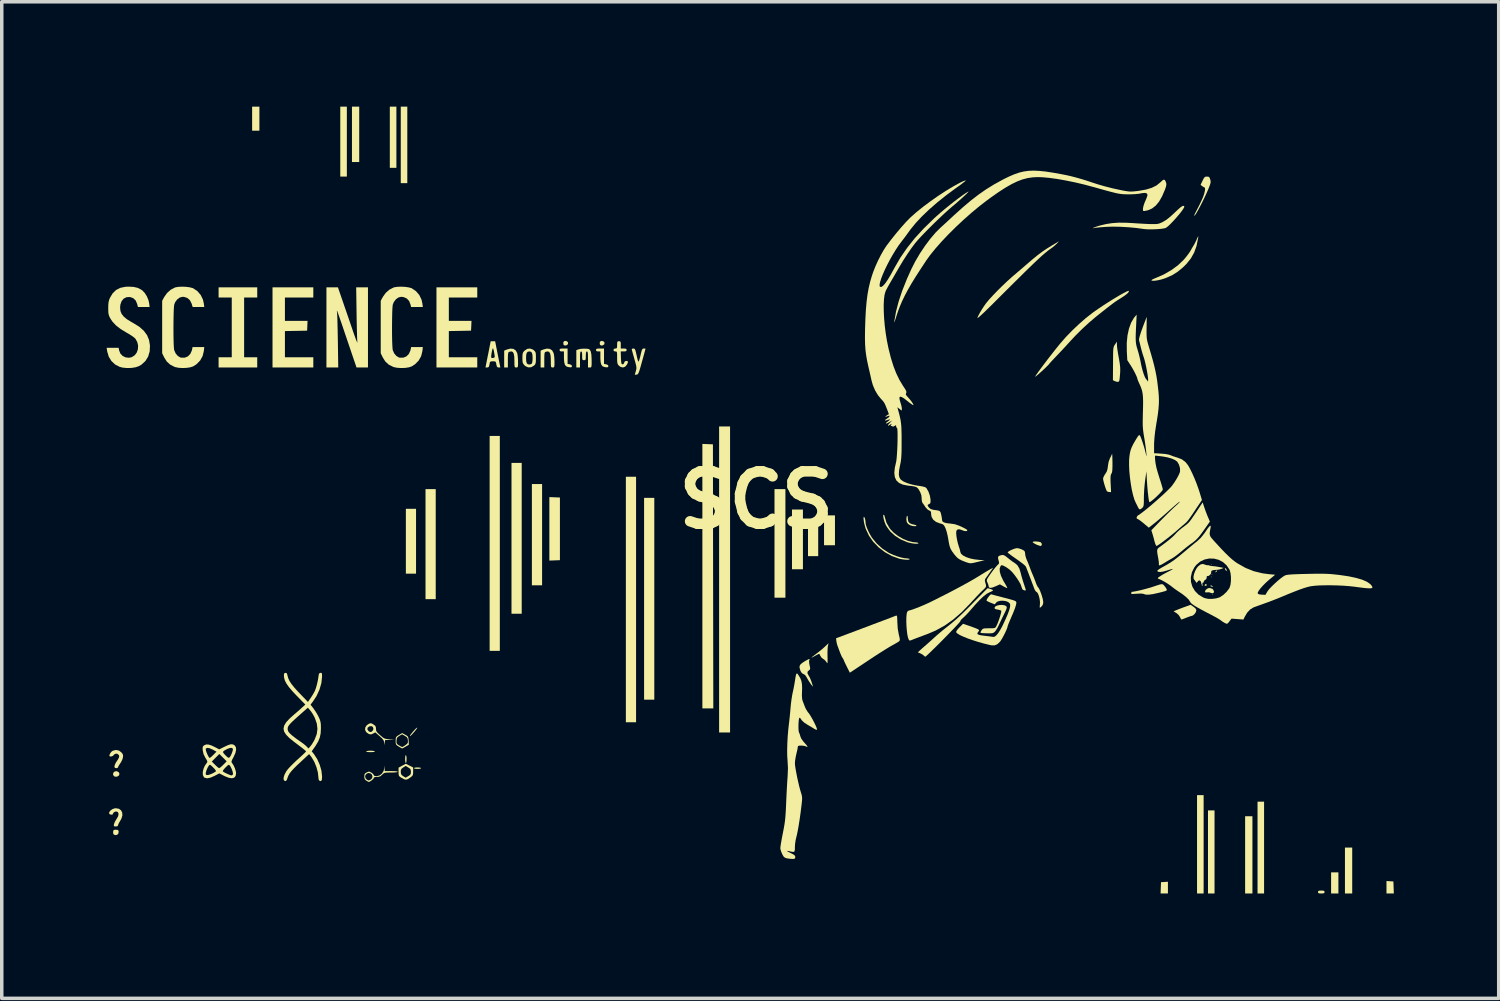
<source format=kicad_pcb>
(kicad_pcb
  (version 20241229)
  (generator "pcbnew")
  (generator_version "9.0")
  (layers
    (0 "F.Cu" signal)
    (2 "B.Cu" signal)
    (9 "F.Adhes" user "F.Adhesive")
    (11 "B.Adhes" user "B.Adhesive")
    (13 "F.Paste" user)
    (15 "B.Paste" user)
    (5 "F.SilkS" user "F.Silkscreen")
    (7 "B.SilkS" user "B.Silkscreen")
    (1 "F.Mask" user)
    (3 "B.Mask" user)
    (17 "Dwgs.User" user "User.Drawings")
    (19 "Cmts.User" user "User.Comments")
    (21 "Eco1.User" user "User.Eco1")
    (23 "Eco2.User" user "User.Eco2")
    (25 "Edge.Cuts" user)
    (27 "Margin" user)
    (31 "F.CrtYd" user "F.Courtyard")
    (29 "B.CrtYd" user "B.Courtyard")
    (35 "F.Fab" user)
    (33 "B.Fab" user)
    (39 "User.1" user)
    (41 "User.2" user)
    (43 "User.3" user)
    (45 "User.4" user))
  (footprint "SCS"
    (layer "F.Cu")
    (at 18.58 11.252)
    (property "Reference" "SCS" (at 0 0 0) (layer "F.SilkS") (effects (font (size 1.5 1.5) (thickness 0.3))))
    (attr board_only exclude_from_pos_files exclude_from_bom)
    (fp_poly (pts (xy 13.023 1.844) (xy 13.013 1.854) (xy 13.002 1.844) (xy 13.013 1.834)) (stroke (width 0) (type solid)) (fill yes) (layer "F.SilkS"))
    (fp_poly (pts (xy 13.023 2.198) (xy 13.013 2.209) (xy 13.002 2.198) (xy 13.013 2.188)) (stroke (width 0) (type solid)) (fill yes) (layer "F.SilkS"))
    (fp_poly (pts (xy 13.044 2.136) (xy 13.033 2.146) (xy 13.023 2.136) (xy 13.033 2.125)) (stroke (width 0) (type solid)) (fill yes) (layer "F.SilkS"))
    (fp_poly (pts (xy 13.065 2.698) (xy 13.054 2.709) (xy 13.044 2.698) (xy 13.054 2.688)) (stroke (width 0) (type solid)) (fill yes) (layer "F.SilkS"))
    (fp_poly (pts (xy 12.871 2.407) (xy 12.883 2.422) (xy 12.876 2.447) (xy 12.853 2.453) (xy 12.823 2.446) (xy 12.82 2.433) (xy 12.843 2.405)) (stroke (width 0) (type solid)) (fill yes) (layer "F.SilkS"))
    (fp_poly (pts (xy -14.211 -10.908) (xy -14.211 -10.564) (xy -14.315 -10.564) (xy -14.419 -10.564) (xy -14.419 -10.908) (xy -14.419 -11.252) (xy -14.315 -11.252) (xy -14.211 -11.252)) (stroke (width 0) (type solid)) (fill yes) (layer "F.SilkS"))
    (fp_poly (pts (xy -11.71 -10.252) (xy -11.71 -9.252) (xy -11.804 -9.252) (xy -11.898 -9.252) (xy -11.898 -10.252) (xy -11.898 -11.252) (xy -11.804 -11.252) (xy -11.71 -11.252)) (stroke (width 0) (type solid)) (fill yes) (layer "F.SilkS"))
    (fp_poly (pts (xy -11.356 -10.46) (xy -11.356 -9.668) (xy -11.46 -9.668) (xy -11.564 -9.668) (xy -11.564 -10.46) (xy -11.564 -11.252) (xy -11.46 -11.252) (xy -11.356 -11.252)) (stroke (width 0) (type solid)) (fill yes) (layer "F.SilkS"))
    (fp_poly (pts (xy -10.293 -10.377) (xy -10.293 -9.502) (xy -10.387 -9.502) (xy -10.481 -9.502) (xy -10.481 -10.377) (xy -10.481 -11.252) (xy -10.387 -11.252) (xy -10.293 -11.252)) (stroke (width 0) (type solid)) (fill yes) (layer "F.SilkS"))
    (fp_poly (pts (xy -9.981 -10.158) (xy -9.981 -9.064) (xy -10.075 -9.064) (xy -10.168 -9.064) (xy -10.168 -10.158) (xy -10.168 -11.252) (xy -10.075 -11.252) (xy -9.981 -11.252)) (stroke (width 0) (type solid)) (fill yes) (layer "F.SilkS"))
    (fp_poly (pts (xy -9.731 1.177) (xy -9.731 2.105) (xy -9.877 2.105) (xy -10.022 2.105) (xy -10.022 1.177) (xy -10.022 0.25) (xy -9.877 0.25) (xy -9.731 0.25)) (stroke (width 0) (type solid)) (fill yes) (layer "F.SilkS"))
    (fp_poly (pts (xy -9.168 1.261) (xy -9.168 2.834) (xy -9.314 2.834) (xy -9.46 2.834) (xy -9.46 1.261) (xy -9.46 -0.313) (xy -9.314 -0.313) (xy -9.168 -0.313)) (stroke (width 0) (type solid)) (fill yes) (layer "F.SilkS"))
    (fp_poly (pts (xy -7.335 1.24) (xy -7.335 4.313) (xy -7.48 4.313) (xy -7.626 4.313) (xy -7.626 1.24) (xy -7.626 -1.834) (xy -7.48 -1.834) (xy -7.335 -1.834)) (stroke (width 0) (type solid)) (fill yes) (layer "F.SilkS"))
    (fp_poly (pts (xy -6.709 1.094) (xy -6.709 3.251) (xy -6.855 3.251) (xy -7.001 3.251) (xy -7.001 1.094) (xy -7.001 -1.063) (xy -6.855 -1.063) (xy -6.709 -1.063)) (stroke (width 0) (type solid)) (fill yes) (layer "F.SilkS"))
    (fp_poly (pts (xy -6.126 0.99) (xy -6.126 2.438) (xy -6.272 2.438) (xy -6.418 2.438) (xy -6.418 0.99) (xy -6.418 -0.458) (xy -6.272 -0.458) (xy -6.126 -0.458)) (stroke (width 0) (type solid)) (fill yes) (layer "F.SilkS"))
    (fp_poly (pts (xy -5.767 -0.079) (xy -5.616 -0.073) (xy -5.616 0.823) (xy -5.616 1.719) (xy -5.767 1.725) (xy -5.918 1.731) (xy -5.918 0.823) (xy -5.918 -0.085)) (stroke (width 0) (type solid)) (fill yes) (layer "F.SilkS"))
    (fp_poly (pts (xy -3.438 2.844) (xy -3.438 6.355) (xy -3.584 6.355) (xy -3.73 6.355) (xy -3.73 2.844) (xy -3.73 -0.667) (xy -3.584 -0.667) (xy -3.438 -0.667)) (stroke (width 0) (type solid)) (fill yes) (layer "F.SilkS"))
    (fp_poly (pts (xy -2.917 2.823) (xy -2.917 5.709) (xy -3.063 5.709) (xy -3.209 5.709) (xy -3.209 2.823) (xy -3.209 -0.063) (xy -3.063 -0.063) (xy -2.917 -0.063)) (stroke (width 0) (type solid)) (fill yes) (layer "F.SilkS"))
    (fp_poly (pts (xy -1.391 -1.6) (xy -1.24 -1.594) (xy -1.235 2.183) (xy -1.229 5.959) (xy -1.386 5.959) (xy -1.542 5.959) (xy -1.542 2.177) (xy -1.542 -1.606)) (stroke (width 0) (type solid)) (fill yes) (layer "F.SilkS"))
    (fp_poly (pts (xy -0.75 2.271) (xy -0.75 6.647) (xy -0.906 6.647) (xy -1.063 6.647) (xy -1.063 2.271) (xy -1.063 -2.105) (xy -0.906 -2.105) (xy -0.75 -2.105)) (stroke (width 0) (type solid)) (fill yes) (layer "F.SilkS"))
    (fp_poly (pts (xy 0.833 1.24) (xy 0.833 2.792) (xy 0.677 2.792) (xy 0.521 2.792) (xy 0.521 1.24) (xy 0.521 -0.313) (xy 0.677 -0.313) (xy 0.833 -0.313)) (stroke (width 0) (type solid)) (fill yes) (layer "F.SilkS"))
    (fp_poly (pts (xy 1.334 1.125) (xy 1.334 1.979) (xy 1.177 1.979) (xy 1.021 1.979) (xy 1.021 1.125) (xy 1.021 0.271) (xy 1.177 0.271) (xy 1.334 0.271)) (stroke (width 0) (type solid)) (fill yes) (layer "F.SilkS"))
    (fp_poly (pts (xy 1.771 1.073) (xy 1.771 1.604) (xy 1.625 1.604) (xy 1.479 1.604) (xy 1.479 1.073) (xy 1.479 0.542) (xy 1.625 0.542) (xy 1.771 0.542)) (stroke (width 0) (type solid)) (fill yes) (layer "F.SilkS"))
    (fp_poly (pts (xy 2.25 0.865) (xy 2.25 1.292) (xy 2.094 1.292) (xy 1.938 1.292) (xy 1.938 0.865) (xy 1.938 0.438) (xy 2.094 0.438) (xy 2.25 0.438)) (stroke (width 0) (type solid)) (fill yes) (layer "F.SilkS"))
    (fp_poly (pts (xy 11.773 11.084) (xy 11.773 11.252) (xy 11.668 11.252) (xy 11.563 11.252) (xy 11.569 11.09) (xy 11.575 10.929) (xy 11.674 10.923) (xy 11.773 10.916)) (stroke (width 0) (type solid)) (fill yes) (layer "F.SilkS"))
    (fp_poly (pts (xy 12.794 9.845) (xy 12.794 11.252) (xy 12.7 11.252) (xy 12.606 11.252) (xy 12.606 9.845) (xy 12.606 8.439) (xy 12.7 8.439) (xy 12.794 8.439)) (stroke (width 0) (type solid)) (fill yes) (layer "F.SilkS"))
    (fp_poly (pts (xy 13.015 2.443) (xy 13.044 2.459) (xy 13.063 2.475) (xy 13.045 2.479) (xy 13.04 2.479) (xy 13.002 2.469) (xy 12.992 2.459) (xy 12.99 2.44)) (stroke (width 0) (type solid)) (fill yes) (layer "F.SilkS"))
    (fp_poly (pts (xy 13.106 10.064) (xy 13.106 11.252) (xy 13.013 11.252) (xy 12.919 11.252) (xy 12.919 10.064) (xy 12.919 8.876) (xy 13.013 8.876) (xy 13.106 8.876)) (stroke (width 0) (type solid)) (fill yes) (layer "F.SilkS"))
    (fp_poly (pts (xy 13.18 2.022) (xy 13.177 2.029) (xy 13.159 2.054) (xy 13.137 2.065) (xy 13.127 2.055) (xy 13.141 2.037) (xy 13.159 2.021) (xy 13.181 2.006)) (stroke (width 0) (type solid)) (fill yes) (layer "F.SilkS"))
    (fp_poly (pts (xy 14.19 10.147) (xy 14.19 11.252) (xy 14.086 11.252) (xy 13.981 11.252) (xy 13.981 10.147) (xy 13.981 9.043) (xy 14.086 9.043) (xy 14.19 9.043)) (stroke (width 0) (type solid)) (fill yes) (layer "F.SilkS"))
    (fp_poly (pts (xy 14.523 9.939) (xy 14.523 11.252) (xy 14.429 11.252) (xy 14.336 11.252) (xy 14.336 9.939) (xy 14.336 8.626) (xy 14.429 8.626) (xy 14.523 8.626)) (stroke (width 0) (type solid)) (fill yes) (layer "F.SilkS"))
    (fp_poly (pts (xy 16.649 10.95) (xy 16.649 11.252) (xy 16.544 11.252) (xy 16.44 11.252) (xy 16.44 10.95) (xy 16.44 10.648) (xy 16.544 10.648) (xy 16.649 10.648)) (stroke (width 0) (type solid)) (fill yes) (layer "F.SilkS"))
    (fp_poly (pts (xy 17.044 10.595) (xy 17.044 11.252) (xy 16.94 11.252) (xy 16.836 11.252) (xy 16.836 10.595) (xy 16.836 9.939) (xy 16.94 9.939) (xy 17.044 9.939)) (stroke (width 0) (type solid)) (fill yes) (layer "F.SilkS"))
    (fp_poly (pts (xy 18.123 10.902) (xy 18.222 10.908) (xy 18.228 11.08) (xy 18.234 11.252) (xy 18.129 11.252) (xy 18.024 11.252) (xy 18.024 11.074) (xy 18.024 10.895)) (stroke (width 0) (type solid)) (fill yes) (layer "F.SilkS"))
    (fp_poly (pts (xy 13.422 1.954) (xy 13.43 1.962) (xy 13.455 1.996) (xy 13.458 2.017) (xy 13.441 2.024) (xy 13.429 2.013) (xy 13.406 1.971) (xy 13.402 1.958) (xy 13.402 1.94)) (stroke (width 0) (type solid)) (fill yes) (layer "F.SilkS"))
    (fp_poly (pts (xy -5.411 -4.539) (xy -5.383 -4.505) (xy -5.387 -4.463) (xy -5.395 -4.45) (xy -5.436 -4.423) (xy -5.48 -4.42) (xy -5.512 -4.443) (xy -5.514 -4.447) (xy -5.521 -4.504) (xy -5.498 -4.542) (xy -5.461 -4.553)) (stroke (width 0) (type solid)) (fill yes) (layer "F.SilkS"))
    (fp_poly (pts (xy -4.369 -4.539) (xy -4.341 -4.505) (xy -4.345 -4.463) (xy -4.353 -4.45) (xy -4.394 -4.423) (xy -4.439 -4.42) (xy -4.47 -4.443) (xy -4.472 -4.447) (xy -4.479 -4.504) (xy -4.456 -4.542) (xy -4.419 -4.553)) (stroke (width 0) (type solid)) (fill yes) (layer "F.SilkS"))
    (fp_poly (pts (xy -18.264 9.434) (xy -18.242 9.454) (xy -18.236 9.477) (xy -18.244 9.537) (xy -18.279 9.574) (xy -18.332 9.583) (xy -18.374 9.567) (xy -18.393 9.534) (xy -18.395 9.489) (xy -18.386 9.448) (xy -18.36 9.431) (xy -18.316 9.429)) (stroke (width 0) (type solid)) (fill yes) (layer "F.SilkS"))
    (fp_poly (pts (xy -10.968 7.171) (xy -10.922 7.181) (xy -10.908 7.189) (xy -10.919 7.201) (xy -10.969 7.208) (xy -11.033 7.21) (xy -11.11 7.207) (xy -11.152 7.199) (xy -11.158 7.189) (xy -11.132 7.177) (xy -11.077 7.169) (xy -11.033 7.168)) (stroke (width 0) (type solid)) (fill yes) (layer "F.SilkS"))
    (fp_poly (pts (xy -10.011 7.312) (xy -10.003 7.36) (xy -10.002 7.407) (xy -10.005 7.47) (xy -10.014 7.512) (xy -10.022 7.522) (xy -10.034 7.503) (xy -10.041 7.455) (xy -10.043 7.407) (xy -10.04 7.345) (xy -10.031 7.303) (xy -10.022 7.293)) (stroke (width 0) (type solid)) (fill yes) (layer "F.SilkS"))
    (fp_poly (pts (xy -9.63 7.651) (xy -9.592 7.66) (xy -9.585 7.668) (xy -9.604 7.68) (xy -9.652 7.687) (xy -9.689 7.689) (xy -9.749 7.685) (xy -9.786 7.675) (xy -9.793 7.668) (xy -9.775 7.656) (xy -9.727 7.648) (xy -9.689 7.647)) (stroke (width 0) (type solid)) (fill yes) (layer "F.SilkS"))
    (fp_poly (pts (xy -18.293 7.755) (xy -18.241 7.778) (xy -18.215 7.819) (xy -18.222 7.867) (xy -18.224 7.871) (xy -18.264 7.903) (xy -18.319 7.914) (xy -18.367 7.899) (xy -18.373 7.894) (xy -18.398 7.847) (xy -18.389 7.8) (xy -18.354 7.765) (xy -18.3 7.754)) (stroke (width 0) (type solid)) (fill yes) (layer "F.SilkS"))
    (fp_poly (pts (xy -9.696 6.508) (xy -9.703 6.528) (xy -9.731 6.568) (xy -9.772 6.619) (xy -9.818 6.672) (xy -9.861 6.718) (xy -9.893 6.746) (xy -9.903 6.751) (xy -9.905 6.737) (xy -9.884 6.704) (xy -9.881 6.7) (xy -9.817 6.621) (xy -9.761 6.559) (xy -9.72 6.52) (xy -9.697 6.507)) (stroke (width 0) (type solid)) (fill yes) (layer "F.SilkS"))
    (fp_poly (pts (xy 8.039 1.187) (xy 8.097 1.196) (xy 8.137 1.209) (xy 8.142 1.213) (xy 8.165 1.249) (xy 8.165 1.287) (xy 8.143 1.311) (xy 8.132 1.312) (xy 8.092 1.303) (xy 8.033 1.282) (xy 7.996 1.265) (xy 7.942 1.236) (xy 7.909 1.21) (xy 7.905 1.198) (xy 7.928 1.187) (xy 7.977 1.183)) (stroke (width 0) (type solid)) (fill yes) (layer "F.SilkS"))
    (fp_poly (pts (xy 16.217 11.171) (xy 16.245 11.183) (xy 16.253 11.207) (xy 16.253 11.21) (xy 16.247 11.236) (xy 16.221 11.249) (xy 16.166 11.252) (xy 16.159 11.252) (xy 16.1 11.249) (xy 16.073 11.238) (xy 16.065 11.213) (xy 16.065 11.21) (xy 16.071 11.184) (xy 16.097 11.172) (xy 16.152 11.169) (xy 16.159 11.168)) (stroke (width 0) (type solid)) (fill yes) (layer "F.SilkS"))
    (fp_poly (pts (xy 12.985 2.517) (xy 12.993 2.522) (xy 13.018 2.535) (xy 13.024 2.529) (xy 13.035 2.53) (xy 13.062 2.557) (xy 13.064 2.559) (xy 13.091 2.61) (xy 13.084 2.649) (xy 13.05 2.667) (xy 12.998 2.656) (xy 12.982 2.647) (xy 12.94 2.637) (xy 12.894 2.64) (xy 12.851 2.643) (xy 12.836 2.625) (xy 12.835 2.612) (xy 12.852 2.572) (xy 12.893 2.537) (xy 12.942 2.516)) (stroke (width 0) (type solid)) (fill yes) (layer "F.SilkS"))
    (fp_poly (pts (xy 4.326 0.458) (xy 4.333 0.503) (xy 4.334 0.529) (xy 4.345 0.606) (xy 4.382 0.657) (xy 4.45 0.689) (xy 4.506 0.701) (xy 4.556 0.714) (xy 4.583 0.728) (xy 4.584 0.732) (xy 4.566 0.745) (xy 4.522 0.748) (xy 4.466 0.741) (xy 4.418 0.727) (xy 4.344 0.686) (xy 4.304 0.63) (xy 4.292 0.551) (xy 4.292 0.55) (xy 4.297 0.492) (xy 4.308 0.454) (xy 4.313 0.448)) (stroke (width 0) (type solid)) (fill yes) (layer "F.SilkS"))
    (fp_poly (pts (xy -14.273 -5.938) (xy -14.273 -5.793) (xy -14.461 -5.793) (xy -14.648 -5.793) (xy -14.648 -4.938) (xy -14.648 -4.084) (xy -14.461 -4.084) (xy -14.273 -4.084) (xy -14.273 -3.938) (xy -14.273 -3.792) (xy -14.825 -3.792) (xy -15.378 -3.792) (xy -15.378 -3.938) (xy -15.378 -4.084) (xy -15.19 -4.084) (xy -15.002 -4.084) (xy -15.002 -4.938) (xy -15.002 -5.793) (xy -15.19 -5.793) (xy -15.378 -5.793) (xy -15.378 -5.938) (xy -15.378 -6.084) (xy -14.825 -6.084) (xy -14.273 -6.084)) (stroke (width 0) (type solid)) (fill yes) (layer "F.SilkS"))
    (fp_poly (pts (xy -12.669 -5.938) (xy -12.669 -5.793) (xy -13.075 -5.793) (xy -13.481 -5.793) (xy -13.481 -5.459) (xy -13.481 -5.126) (xy -13.157 -5.126) (xy -12.834 -5.126) (xy -12.84 -4.985) (xy -12.846 -4.845) (xy -13.164 -4.839) (xy -13.481 -4.833) (xy -13.481 -4.459) (xy -13.481 -4.084) (xy -13.075 -4.084) (xy -12.669 -4.084) (xy -12.669 -3.938) (xy -12.669 -3.792) (xy -13.252 -3.792) (xy -13.836 -3.792) (xy -13.836 -4.938) (xy -13.836 -6.084) (xy -13.252 -6.084) (xy -12.669 -6.084)) (stroke (width 0) (type solid)) (fill yes) (layer "F.SilkS"))
    (fp_poly (pts (xy -7.98 -5.938) (xy -7.98 -5.793) (xy -8.387 -5.793) (xy -8.793 -5.793) (xy -8.793 -5.459) (xy -8.793 -5.126) (xy -8.469 -5.126) (xy -8.145 -5.126) (xy -8.151 -4.985) (xy -8.158 -4.845) (xy -8.475 -4.839) (xy -8.793 -4.833) (xy -8.793 -4.459) (xy -8.793 -4.084) (xy -8.387 -4.084) (xy -7.98 -4.084) (xy -7.98 -3.938) (xy -7.98 -3.792) (xy -8.564 -3.792) (xy -9.147 -3.792) (xy -9.147 -4.938) (xy -9.147 -6.084) (xy -8.564 -6.084) (xy -7.98 -6.084)) (stroke (width 0) (type solid)) (fill yes) (layer "F.SilkS"))
    (fp_poly (pts (xy -5.397 -4.115) (xy -5.397 -3.895) (xy -5.334 -3.883) (xy -5.285 -3.862) (xy -5.272 -3.831) (xy -5.279 -3.806) (xy -5.305 -3.796) (xy -5.359 -3.801) (xy -5.391 -3.807) (xy -5.441 -3.828) (xy -5.474 -3.872) (xy -5.493 -3.944) (xy -5.501 -4.05) (xy -5.501 -4.078) (xy -5.501 -4.251) (xy -5.563 -4.251) (xy -5.609 -4.257) (xy -5.625 -4.282) (xy -5.626 -4.292) (xy -5.621 -4.316) (xy -5.599 -4.329) (xy -5.552 -4.334) (xy -5.511 -4.334) (xy -5.397 -4.334)) (stroke (width 0) (type solid)) (fill yes) (layer "F.SilkS"))
    (fp_poly (pts (xy -4.355 -4.115) (xy -4.355 -3.895) (xy -4.292 -3.883) (xy -4.243 -3.862) (xy -4.23 -3.831) (xy -4.237 -3.806) (xy -4.263 -3.796) (xy -4.317 -3.801) (xy -4.349 -3.807) (xy -4.399 -3.828) (xy -4.432 -3.872) (xy -4.452 -3.944) (xy -4.459 -4.05) (xy -4.459 -4.078) (xy -4.459 -4.251) (xy -4.522 -4.251) (xy -4.567 -4.257) (xy -4.583 -4.282) (xy -4.584 -4.292) (xy -4.579 -4.316) (xy -4.558 -4.329) (xy -4.51 -4.334) (xy -4.469 -4.334) (xy -4.355 -4.334)) (stroke (width 0) (type solid)) (fill yes) (layer "F.SilkS"))
    (fp_poly (pts (xy 12.503 3.051) (xy 12.56 3.097) (xy 12.584 3.141) (xy 12.585 3.158) (xy 12.571 3.207) (xy 12.535 3.259) (xy 12.491 3.299) (xy 12.454 3.313) (xy 12.421 3.321) (xy 12.363 3.34) (xy 12.298 3.365) (xy 12.231 3.392) (xy 12.181 3.41) (xy 12.159 3.417) (xy 12.145 3.4) (xy 12.124 3.358) (xy 12.119 3.347) (xy 12.081 3.29) (xy 12.025 3.238) (xy 12.013 3.23) (xy 11.935 3.182) (xy 12.005 3.152) (xy 12.057 3.131) (xy 12.134 3.101) (xy 12.222 3.068) (xy 12.248 3.059) (xy 12.42 2.996)) (stroke (width 0) (type solid)) (fill yes) (layer "F.SilkS"))
    (fp_poly (pts (xy 3.661 0.435) (xy 3.675 0.481) (xy 3.678 0.495) (xy 3.724 0.648) (xy 3.81 0.799) (xy 3.839 0.837) (xy 3.937 0.938) (xy 4.061 1.031) (xy 4.199 1.11) (xy 4.341 1.169) (xy 4.476 1.203) (xy 4.546 1.208) (xy 4.6 1.214) (xy 4.634 1.226) (xy 4.636 1.229) (xy 4.63 1.244) (xy 4.591 1.25) (xy 4.53 1.248) (xy 4.456 1.238) (xy 4.376 1.221) (xy 4.312 1.203) (xy 4.129 1.124) (xy 3.967 1.021) (xy 3.833 0.899) (xy 3.731 0.762) (xy 3.697 0.698) (xy 3.667 0.621) (xy 3.645 0.544) (xy 3.632 0.479) (xy 3.632 0.433) (xy 3.644 0.417)) (stroke (width 0) (type solid)) (fill yes) (layer "F.SilkS"))
    (fp_poly (pts (xy 10.314 -4.448) (xy 10.318 -4.388) (xy 10.328 -4.303) (xy 10.343 -4.21) (xy 10.346 -4.188) (xy 10.372 -4.047) (xy 10.39 -3.938) (xy 10.402 -3.853) (xy 10.408 -3.783) (xy 10.409 -3.718) (xy 10.407 -3.651) (xy 10.402 -3.584) (xy 10.394 -3.491) (xy 10.386 -3.432) (xy 10.376 -3.399) (xy 10.36 -3.384) (xy 10.345 -3.381) (xy 10.296 -3.386) (xy 10.252 -3.402) (xy 10.2 -3.429) (xy 10.203 -3.9) (xy 10.204 -4.052) (xy 10.205 -4.168) (xy 10.207 -4.254) (xy 10.211 -4.316) (xy 10.218 -4.361) (xy 10.227 -4.393) (xy 10.239 -4.419) (xy 10.255 -4.445) (xy 10.26 -4.451) (xy 10.314 -4.531)) (stroke (width 0) (type solid)) (fill yes) (layer "F.SilkS"))
    (fp_poly (pts (xy 2.049 4.167) (xy 2.042 4.22) (xy 2.038 4.3) (xy 2.036 4.396) (xy 2.037 4.454) (xy 2.039 4.542) (xy 2.039 4.613) (xy 2.037 4.657) (xy 2.035 4.667) (xy 2.018 4.652) (xy 1.992 4.615) (xy 1.991 4.614) (xy 1.949 4.567) (xy 1.907 4.539) (xy 1.863 4.503) (xy 1.833 4.456) (xy 1.812 4.415) (xy 1.797 4.397) (xy 1.797 4.397) (xy 1.775 4.406) (xy 1.727 4.431) (xy 1.669 4.462) (xy 1.61 4.495) (xy 1.58 4.508) (xy 1.582 4.501) (xy 1.616 4.472) (xy 1.683 4.421) (xy 1.729 4.386) (xy 1.812 4.322) (xy 1.897 4.252) (xy 1.966 4.19) (xy 2.067 4.094)) (stroke (width 0) (type solid)) (fill yes) (layer "F.SilkS"))
    (fp_poly (pts (xy -18.227 8.83) (xy -18.167 8.875) (xy -18.134 8.942) (xy -18.13 9.024) (xy -18.159 9.116) (xy -18.19 9.17) (xy -18.226 9.229) (xy -18.248 9.279) (xy -18.253 9.298) (xy -18.265 9.325) (xy -18.308 9.335) (xy -18.318 9.335) (xy -18.363 9.331) (xy -18.376 9.313) (xy -18.37 9.271) (xy -18.351 9.216) (xy -18.315 9.15) (xy -18.292 9.116) (xy -18.25 9.039) (xy -18.239 8.974) (xy -18.258 8.927) (xy -18.286 8.91) (xy -18.331 8.909) (xy -18.375 8.931) (xy -18.398 8.966) (xy -18.399 8.972) (xy -18.413 8.995) (xy -18.456 8.998) (xy -18.499 8.981) (xy -18.511 8.951) (xy -18.497 8.912) (xy -18.463 8.873) (xy -18.413 8.839) (xy -18.353 8.818) (xy -18.313 8.814)) (stroke (width 0) (type solid)) (fill yes) (layer "F.SilkS"))
    (fp_poly (pts (xy 1.526 4.551) (xy 1.519 4.567) (xy 1.509 4.613) (xy 1.516 4.685) (xy 1.524 4.724) (xy 1.538 4.791) (xy 1.54 4.829) (xy 1.529 4.852) (xy 1.504 4.871) (xy 1.466 4.91) (xy 1.464 4.956) (xy 1.497 5.018) (xy 1.497 5.018) (xy 1.534 5.083) (xy 1.571 5.174) (xy 1.605 5.277) (xy 1.616 5.318) (xy 1.617 5.334) (xy 1.603 5.319) (xy 1.573 5.279) (xy 1.548 5.246) (xy 1.5 5.173) (xy 1.454 5.095) (xy 1.441 5.07) (xy 1.396 5.003) (xy 1.35 4.976) (xy 1.303 4.949) (xy 1.264 4.886) (xy 1.238 4.797) (xy 1.238 4.749) (xy 1.262 4.703) (xy 1.316 4.656) (xy 1.402 4.601) (xy 1.432 4.585) (xy 1.491 4.554) (xy 1.521 4.543)) (stroke (width 0) (type solid)) (fill yes) (layer "F.SilkS"))
    (fp_poly (pts (xy -18.23 7.164) (xy -18.165 7.211) (xy -18.125 7.258) (xy -18.11 7.301) (xy -18.113 7.356) (xy -18.132 7.423) (xy -18.169 7.496) (xy -18.188 7.526) (xy -18.225 7.581) (xy -18.249 7.625) (xy -18.253 7.641) (xy -18.271 7.661) (xy -18.305 7.668) (xy -18.345 7.659) (xy -18.357 7.625) (xy -18.357 7.619) (xy -18.346 7.571) (xy -18.317 7.511) (xy -18.306 7.494) (xy -18.257 7.42) (xy -18.23 7.369) (xy -18.221 7.334) (xy -18.226 7.305) (xy -18.232 7.293) (xy -18.271 7.259) (xy -18.305 7.251) (xy -18.356 7.268) (xy -18.378 7.293) (xy -18.406 7.319) (xy -18.447 7.333) (xy -18.484 7.334) (xy -18.503 7.317) (xy -18.503 7.315) (xy -18.487 7.258) (xy -18.448 7.202) (xy -18.406 7.17) (xy -18.314 7.147)) (stroke (width 0) (type solid)) (fill yes) (layer "F.SilkS"))
    (fp_poly (pts (xy -6.948 -4.324) (xy -6.882 -4.282) (xy -6.839 -4.206) (xy -6.835 -4.193) (xy -6.825 -4.133) (xy -6.817 -4.049) (xy -6.814 -3.959) (xy -6.814 -3.954) (xy -6.814 -3.873) (xy -6.818 -3.825) (xy -6.827 -3.801) (xy -6.845 -3.793) (xy -6.866 -3.792) (xy -6.89 -3.794) (xy -6.905 -3.803) (xy -6.913 -3.828) (xy -6.917 -3.877) (xy -6.918 -3.958) (xy -6.918 -3.989) (xy -6.922 -4.107) (xy -6.937 -4.189) (xy -6.964 -4.236) (xy -7.005 -4.252) (xy -7.063 -4.241) (xy -7.072 -4.238) (xy -7.088 -4.225) (xy -7.097 -4.196) (xy -7.103 -4.143) (xy -7.105 -4.059) (xy -7.105 -4.009) (xy -7.105 -3.792) (xy -7.157 -3.792) (xy -7.21 -3.792) (xy -7.21 -4.033) (xy -7.21 -4.274) (xy -7.137 -4.304) (xy -7.034 -4.332)) (stroke (width 0) (type solid)) (fill yes) (layer "F.SilkS"))
    (fp_poly (pts (xy -5.906 -4.324) (xy -5.84 -4.282) (xy -5.798 -4.206) (xy -5.794 -4.193) (xy -5.783 -4.133) (xy -5.775 -4.049) (xy -5.772 -3.959) (xy -5.772 -3.954) (xy -5.772 -3.873) (xy -5.776 -3.825) (xy -5.786 -3.801) (xy -5.804 -3.793) (xy -5.824 -3.792) (xy -5.848 -3.794) (xy -5.863 -3.803) (xy -5.872 -3.828) (xy -5.875 -3.877) (xy -5.876 -3.958) (xy -5.876 -3.989) (xy -5.88 -4.107) (xy -5.895 -4.189) (xy -5.922 -4.236) (xy -5.963 -4.252) (xy -6.021 -4.241) (xy -6.031 -4.238) (xy -6.046 -4.225) (xy -6.056 -4.196) (xy -6.061 -4.143) (xy -6.063 -4.059) (xy -6.063 -4.009) (xy -6.063 -3.792) (xy -6.116 -3.792) (xy -6.168 -3.792) (xy -6.168 -4.033) (xy -6.168 -4.274) (xy -6.095 -4.304) (xy -5.992 -4.332)) (stroke (width 0) (type solid)) (fill yes) (layer "F.SilkS"))
    (fp_poly (pts (xy 11.629 2.413) (xy 11.648 2.428) (xy 11.65 2.43) (xy 11.693 2.479) (xy 11.724 2.527) (xy 11.737 2.553) (xy 11.743 2.571) (xy 11.735 2.585) (xy 11.708 2.599) (xy 11.656 2.615) (xy 11.573 2.637) (xy 11.496 2.656) (xy 11.344 2.69) (xy 11.223 2.706) (xy 11.134 2.704) (xy 11.085 2.687) (xy 11.046 2.677) (xy 10.974 2.674) (xy 10.882 2.679) (xy 10.798 2.684) (xy 10.748 2.685) (xy 10.724 2.679) (xy 10.72 2.666) (xy 10.723 2.659) (xy 10.735 2.63) (xy 10.738 2.625) (xy 10.793 2.619) (xy 10.878 2.603) (xy 10.983 2.58) (xy 11.098 2.551) (xy 11.213 2.519) (xy 11.319 2.487) (xy 11.351 2.477) (xy 11.456 2.442) (xy 11.528 2.419) (xy 11.577 2.408) (xy 11.608 2.406)) (stroke (width 0) (type solid)) (fill yes) (layer "F.SilkS"))
    (fp_poly (pts (xy 10.178 -1.319) (xy 10.181 -1.28) (xy 10.184 -1.211) (xy 10.186 -1.119) (xy 10.187 -1.083) (xy 10.187 -0.962) (xy 10.184 -0.875) (xy 10.178 -0.815) (xy 10.168 -0.776) (xy 10.156 -0.754) (xy 10.142 -0.726) (xy 10.134 -0.686) (xy 10.131 -0.626) (xy 10.132 -0.538) (xy 10.135 -0.468) (xy 10.147 -0.229) (xy 10.098 -0.229) (xy 10.05 -0.239) (xy 10.027 -0.255) (xy 10.009 -0.291) (xy 9.985 -0.355) (xy 9.96 -0.433) (xy 9.938 -0.511) (xy 9.923 -0.578) (xy 9.918 -0.614) (xy 9.93 -0.657) (xy 9.96 -0.716) (xy 9.982 -0.748) (xy 10.021 -0.812) (xy 10.044 -0.88) (xy 10.057 -0.97) (xy 10.057 -0.975) (xy 10.077 -1.095) (xy 10.113 -1.192) (xy 10.116 -1.198) (xy 10.148 -1.258) (xy 10.17 -1.31) (xy 10.174 -1.323)) (stroke (width 0) (type solid)) (fill yes) (layer "F.SilkS"))
    (fp_poly (pts (xy 12.642 -7.539) (xy 12.638 -7.505) (xy 12.636 -7.491) (xy 12.592 -7.271) (xy 12.524 -7.08) (xy 12.428 -6.909) (xy 12.3 -6.75) (xy 12.203 -6.655) (xy 12.054 -6.532) (xy 11.903 -6.436) (xy 11.733 -6.359) (xy 11.668 -6.335) (xy 11.582 -6.308) (xy 11.495 -6.288) (xy 11.416 -6.275) (xy 11.352 -6.271) (xy 11.311 -6.275) (xy 11.302 -6.289) (xy 11.303 -6.291) (xy 11.328 -6.309) (xy 11.38 -6.333) (xy 11.43 -6.354) (xy 11.658 -6.454) (xy 11.871 -6.577) (xy 12.062 -6.717) (xy 12.221 -6.868) (xy 12.242 -6.892) (xy 12.307 -6.971) (xy 12.365 -7.048) (xy 12.409 -7.112) (xy 12.423 -7.137) (xy 12.459 -7.202) (xy 12.495 -7.26) (xy 12.502 -7.272) (xy 12.53 -7.319) (xy 12.565 -7.388) (xy 12.594 -7.449) (xy 12.622 -7.514) (xy 12.637 -7.543)) (stroke (width 0) (type solid)) (fill yes) (layer "F.SilkS"))
    (fp_poly (pts (xy 3.097 0.498) (xy 3.112 0.545) (xy 3.123 0.608) (xy 3.126 0.655) (xy 3.136 0.713) (xy 3.164 0.794) (xy 3.205 0.889) (xy 3.254 0.985) (xy 3.305 1.071) (xy 3.313 1.082) (xy 3.445 1.243) (xy 3.606 1.388) (xy 3.784 1.506) (xy 3.824 1.526) (xy 3.925 1.571) (xy 4.038 1.612) (xy 4.149 1.644) (xy 4.245 1.663) (xy 4.293 1.667) (xy 4.348 1.672) (xy 4.383 1.684) (xy 4.386 1.688) (xy 4.378 1.701) (xy 4.338 1.707) (xy 4.276 1.706) (xy 4.201 1.698) (xy 4.123 1.685) (xy 4.086 1.676) (xy 3.875 1.6) (xy 3.678 1.49) (xy 3.499 1.353) (xy 3.344 1.193) (xy 3.22 1.015) (xy 3.13 0.823) (xy 3.105 0.739) (xy 3.084 0.654) (xy 3.072 0.577) (xy 3.067 0.517) (xy 3.073 0.483) (xy 3.079 0.479)) (stroke (width 0) (type solid)) (fill yes) (layer "F.SilkS"))
    (fp_poly (pts (xy 12.936 -9.247) (xy 12.962 -9.226) (xy 12.981 -9.177) (xy 12.983 -9.171) (xy 12.994 -9.124) (xy 12.994 -9.081) (xy 12.98 -9.028) (xy 12.952 -8.951) (xy 12.95 -8.947) (xy 12.907 -8.843) (xy 12.856 -8.73) (xy 12.801 -8.613) (xy 12.745 -8.499) (xy 12.689 -8.391) (xy 12.638 -8.295) (xy 12.593 -8.216) (xy 12.557 -8.16) (xy 12.533 -8.131) (xy 12.523 -8.134) (xy 12.523 -8.135) (xy 12.532 -8.16) (xy 12.557 -8.214) (xy 12.594 -8.286) (xy 12.624 -8.343) (xy 12.675 -8.443) (xy 12.725 -8.547) (xy 12.767 -8.64) (xy 12.78 -8.672) (xy 12.81 -8.758) (xy 12.829 -8.837) (xy 12.836 -8.898) (xy 12.829 -8.934) (xy 12.82 -8.939) (xy 12.794 -8.951) (xy 12.756 -8.977) (xy 12.707 -9.014) (xy 12.763 -9.133) (xy 12.796 -9.198) (xy 12.822 -9.234) (xy 12.851 -9.249) (xy 12.889 -9.252)) (stroke (width 0) (type solid)) (fill yes) (layer "F.SilkS"))
    (fp_poly (pts (xy -7.395 -4.167) (xy -7.32 -3.792) (xy -7.369 -3.792) (xy -7.399 -3.797) (xy -7.418 -3.818) (xy -7.432 -3.864) (xy -7.443 -3.928) (xy -7.456 -3.956) (xy -7.49 -3.968) (xy -7.532 -3.969) (xy -7.588 -3.965) (xy -7.615 -3.949) (xy -7.622 -3.928) (xy -7.635 -3.854) (xy -7.649 -3.813) (xy -7.67 -3.796) (xy -7.696 -3.792) (xy -7.745 -3.792) (xy -7.683 -4.106) (xy -7.583 -4.106) (xy -7.58 -4.075) (xy -7.563 -4.064) (xy -7.535 -4.063) (xy -7.493 -4.072) (xy -7.48 -4.103) (xy -7.48 -4.104) (xy -7.485 -4.147) (xy -7.496 -4.212) (xy -7.504 -4.255) (xy -7.518 -4.315) (xy -7.529 -4.34) (xy -7.539 -4.333) (xy -7.545 -4.319) (xy -7.558 -4.27) (xy -7.571 -4.201) (xy -7.576 -4.168) (xy -7.583 -4.106) (xy -7.683 -4.106) (xy -7.67 -4.167) (xy -7.596 -4.542) (xy -7.532 -4.542) (xy -7.469 -4.542)) (stroke (width 0) (type solid)) (fill yes) (layer "F.SilkS"))
    (fp_poly (pts (xy -9.919 7.595) (xy -9.814 7.648) (xy -9.814 7.762) (xy -9.816 7.829) (xy -9.827 7.871) (xy -9.856 7.905) (xy -9.901 7.939) (xy -9.966 7.982) (xy -10.018 7.997) (xy -10.07 7.986) (xy -10.14 7.949) (xy -10.142 7.948) (xy -10.192 7.916) (xy -10.218 7.888) (xy -10.229 7.849) (xy -10.231 7.785) (xy -10.231 7.774) (xy -10.231 7.772) (xy -10.168 7.772) (xy -10.162 7.831) (xy -10.135 7.87) (xy -10.101 7.895) (xy -10.056 7.923) (xy -10.031 7.938) (xy -10.029 7.938) (xy -10.01 7.929) (xy -9.969 7.905) (xy -9.951 7.895) (xy -9.902 7.861) (xy -9.881 7.823) (xy -9.877 7.772) (xy -9.882 7.717) (xy -9.905 7.681) (xy -9.952 7.649) (xy -10.026 7.604) (xy -10.097 7.648) (xy -10.145 7.684) (xy -10.165 7.724) (xy -10.168 7.772) (xy -10.231 7.772) (xy -10.231 7.654) (xy -10.128 7.597) (xy -10.024 7.541)) (stroke (width 0) (type solid)) (fill yes) (layer "F.SilkS"))
    (fp_poly (pts (xy -6.39 -4.305) (xy -6.362 -4.284) (xy -6.333 -4.256) (xy -6.315 -4.227) (xy -6.306 -4.186) (xy -6.303 -4.121) (xy -6.303 -4.063) (xy -6.304 -3.978) (xy -6.309 -3.923) (xy -6.321 -3.888) (xy -6.342 -3.86) (xy -6.362 -3.843) (xy -6.44 -3.799) (xy -6.523 -3.795) (xy -6.601 -3.83) (xy -6.628 -3.853) (xy -6.66 -3.889) (xy -6.678 -3.925) (xy -6.686 -3.973) (xy -6.689 -4.048) (xy -6.689 -4.063) (xy -6.584 -4.063) (xy -6.58 -3.971) (xy -6.564 -3.913) (xy -6.533 -3.883) (xy -6.491 -3.876) (xy -6.443 -3.887) (xy -6.422 -3.901) (xy -6.408 -3.935) (xy -6.399 -3.999) (xy -6.397 -4.063) (xy -6.402 -4.156) (xy -6.418 -4.214) (xy -6.448 -4.243) (xy -6.491 -4.251) (xy -6.537 -4.241) (xy -6.566 -4.209) (xy -6.581 -4.148) (xy -6.584 -4.063) (xy -6.689 -4.063) (xy -6.687 -4.143) (xy -6.68 -4.195) (xy -6.664 -4.232) (xy -6.634 -4.267) (xy -6.628 -4.273) (xy -6.552 -4.323) (xy -6.471 -4.334)) (stroke (width 0) (type solid)) (fill yes) (layer "F.SilkS"))
    (fp_poly (pts (xy -3.179 -4.332) (xy -3.167 -4.329) (xy -3.173 -4.308) (xy -3.188 -4.254) (xy -3.21 -4.172) (xy -3.238 -4.069) (xy -3.269 -3.959) (xy -3.305 -3.829) (xy -3.332 -3.735) (xy -3.354 -3.669) (xy -3.372 -3.627) (xy -3.388 -3.603) (xy -3.404 -3.592) (xy -3.423 -3.588) (xy -3.476 -3.582) (xy -3.446 -3.685) (xy -3.434 -3.729) (xy -3.428 -3.768) (xy -3.43 -3.81) (xy -3.44 -3.864) (xy -3.46 -3.941) (xy -3.489 -4.045) (xy -3.517 -4.143) (xy -3.54 -4.226) (xy -3.556 -4.287) (xy -3.563 -4.317) (xy -3.563 -4.318) (xy -3.545 -4.33) (xy -3.514 -4.334) (xy -3.489 -4.33) (xy -3.471 -4.314) (xy -3.456 -4.277) (xy -3.439 -4.212) (xy -3.428 -4.162) (xy -3.409 -4.079) (xy -3.392 -4.01) (xy -3.378 -3.967) (xy -3.375 -3.961) (xy -3.364 -3.965) (xy -3.346 -4.007) (xy -3.324 -4.085) (xy -3.313 -4.132) (xy -3.291 -4.225) (xy -3.274 -4.284) (xy -3.258 -4.317) (xy -3.24 -4.331) (xy -3.217 -4.334)) (stroke (width 0) (type solid)) (fill yes) (layer "F.SilkS"))
    (fp_poly (pts (xy -10.038 6.713) (xy -9.988 6.743) (xy -9.961 6.771) (xy -9.949 6.812) (xy -9.943 6.88) (xy -9.943 6.88) (xy -9.937 6.998) (xy -10.029 7.052) (xy -10.082 7.082) (xy -10.119 7.101) (xy -10.128 7.105) (xy -10.15 7.094) (xy -10.194 7.069) (xy -10.226 7.05) (xy -10.277 7.017) (xy -10.303 6.987) (xy -10.313 6.946) (xy -10.313 6.939) (xy -10.29 6.939) (xy -10.276 6.974) (xy -10.239 7.003) (xy -10.216 7.017) (xy -10.166 7.045) (xy -10.132 7.061) (xy -10.126 7.063) (xy -10.104 7.053) (xy -10.06 7.026) (xy -10.037 7.01) (xy -9.988 6.973) (xy -9.966 6.939) (xy -9.963 6.892) (xy -9.964 6.873) (xy -9.974 6.816) (xy -9.999 6.779) (xy -10.05 6.745) (xy -10.13 6.7) (xy -10.206 6.744) (xy -10.256 6.778) (xy -10.28 6.816) (xy -10.289 6.875) (xy -10.289 6.88) (xy -10.29 6.939) (xy -10.313 6.939) (xy -10.314 6.885) (xy -10.312 6.82) (xy -10.302 6.78) (xy -10.273 6.751) (xy -10.221 6.719) (xy -10.127 6.664)) (stroke (width 0) (type solid)) (fill yes) (layer "F.SilkS"))
    (fp_poly (pts (xy -4.849 -4.328) (xy -4.8 -4.322) (xy -4.761 -4.3) (xy -4.734 -4.248) (xy -4.717 -4.163) (xy -4.71 -4.041) (xy -4.709 -3.987) (xy -4.709 -3.896) (xy -4.712 -3.839) (xy -4.719 -3.808) (xy -4.732 -3.795) (xy -4.754 -3.792) (xy -4.761 -3.792) (xy -4.813 -3.792) (xy -4.813 -4.021) (xy -4.814 -4.124) (xy -4.817 -4.192) (xy -4.824 -4.231) (xy -4.835 -4.248) (xy -4.845 -4.251) (xy -4.863 -4.241) (xy -4.872 -4.207) (xy -4.876 -4.141) (xy -4.876 -4.126) (xy -4.877 -4.056) (xy -4.883 -4.019) (xy -4.898 -4.004) (xy -4.926 -4.001) (xy -4.928 -4.001) (xy -4.957 -4.003) (xy -4.972 -4.018) (xy -4.979 -4.054) (xy -4.98 -4.121) (xy -4.98 -4.126) (xy -4.982 -4.198) (xy -4.991 -4.237) (xy -5.007 -4.25) (xy -5.011 -4.251) (xy -5.025 -4.244) (xy -5.034 -4.22) (xy -5.04 -4.172) (xy -5.042 -4.093) (xy -5.042 -4.021) (xy -5.042 -3.792) (xy -5.095 -3.792) (xy -5.147 -3.792) (xy -5.147 -4.04) (xy -5.147 -4.287) (xy -5.089 -4.309) (xy -5.025 -4.324) (xy -4.939 -4.33)) (stroke (width 0) (type solid)) (fill yes) (layer "F.SilkS"))
    (fp_poly (pts (xy 8.595 -7.335) (xy 8.538 -7.281) (xy 8.469 -7.224) (xy 8.445 -7.207) (xy 8.396 -7.172) (xy 8.346 -7.135) (xy 8.294 -7.093) (xy 8.236 -7.045) (xy 8.171 -6.989) (xy 8.097 -6.921) (xy 8.012 -6.842) (xy 7.913 -6.748) (xy 7.799 -6.638) (xy 7.667 -6.509) (xy 7.516 -6.359) (xy 7.342 -6.188) (xy 7.145 -5.992) (xy 6.922 -5.769) (xy 6.775 -5.622) (xy 6.637 -5.487) (xy 6.524 -5.376) (xy 6.434 -5.293) (xy 6.37 -5.236) (xy 6.333 -5.208) (xy 6.323 -5.209) (xy 6.323 -5.209) (xy 6.347 -5.267) (xy 6.39 -5.348) (xy 6.445 -5.441) (xy 6.507 -5.537) (xy 6.568 -5.624) (xy 6.588 -5.649) (xy 6.67 -5.747) (xy 6.777 -5.863) (xy 6.901 -5.992) (xy 7.036 -6.125) (xy 7.174 -6.256) (xy 7.308 -6.377) (xy 7.364 -6.425) (xy 7.467 -6.513) (xy 7.576 -6.606) (xy 7.679 -6.695) (xy 7.765 -6.769) (xy 7.781 -6.783) (xy 7.929 -6.909) (xy 8.058 -7.013) (xy 8.179 -7.103) (xy 8.304 -7.188) (xy 8.442 -7.274) (xy 8.543 -7.334) (xy 8.658 -7.401)) (stroke (width 0) (type solid)) (fill yes) (layer "F.SilkS"))
    (fp_poly (pts (xy -11.827 -5.683) (xy -11.774 -5.528) (xy -11.712 -5.35) (xy -11.648 -5.163) (xy -11.587 -4.984) (xy -11.543 -4.855) (xy -11.502 -4.736) (xy -11.466 -4.637) (xy -11.438 -4.562) (xy -11.418 -4.516) (xy -11.409 -4.503) (xy -11.409 -4.511) (xy -11.412 -4.551) (xy -11.416 -4.627) (xy -11.419 -4.735) (xy -11.423 -4.867) (xy -11.426 -5.02) (xy -11.43 -5.188) (xy -11.432 -5.339) (xy -11.443 -6.084) (xy -11.275 -6.084) (xy -11.106 -6.084) (xy -11.106 -4.938) (xy -11.106 -3.792) (xy -11.27 -3.792) (xy -11.434 -3.792) (xy -11.701 -4.579) (xy -11.773 -4.791) (xy -11.832 -4.966) (xy -11.881 -5.108) (xy -11.919 -5.219) (xy -11.948 -5.302) (xy -11.969 -5.361) (xy -11.983 -5.397) (xy -11.992 -5.414) (xy -11.995 -5.416) (xy -11.995 -5.404) (xy -11.993 -5.381) (xy -11.99 -5.365) (xy -11.987 -5.325) (xy -11.984 -5.249) (xy -11.98 -5.142) (xy -11.977 -5.009) (xy -11.973 -4.857) (xy -11.97 -4.689) (xy -11.967 -4.537) (xy -11.956 -3.792) (xy -12.125 -3.792) (xy -12.294 -3.792) (xy -12.294 -4.938) (xy -12.294 -6.084) (xy -12.129 -6.084) (xy -11.965 -6.084)) (stroke (width 0) (type solid)) (fill yes) (layer "F.SilkS"))
    (fp_poly (pts (xy -10.979 6.4) (xy -10.951 6.417) (xy -10.902 6.453) (xy -10.881 6.491) (xy -10.877 6.542) (xy -10.873 6.586) (xy -10.859 6.623) (xy -10.826 6.662) (xy -10.769 6.715) (xy -10.754 6.728) (xy -10.691 6.782) (xy -10.644 6.814) (xy -10.599 6.83) (xy -10.543 6.836) (xy -10.488 6.838) (xy -10.345 6.842) (xy -10.481 6.854) (xy -10.616 6.866) (xy -10.629 6.939) (xy -10.642 7.012) (xy -10.645 6.937) (xy -10.651 6.894) (xy -10.67 6.855) (xy -10.708 6.811) (xy -10.772 6.753) (xy -10.896 6.645) (xy -10.963 6.68) (xy -11.012 6.701) (xy -11.05 6.701) (xy -11.098 6.681) (xy -11.16 6.633) (xy -11.188 6.571) (xy -11.187 6.559) (xy -11.123 6.559) (xy -11.092 6.605) (xy -11.081 6.614) (xy -11.041 6.635) (xy -11.006 6.627) (xy -10.992 6.618) (xy -10.959 6.578) (xy -10.95 6.542) (xy -10.966 6.49) (xy -11.007 6.465) (xy -11.066 6.473) (xy -11.073 6.476) (xy -11.117 6.512) (xy -11.123 6.559) (xy -11.187 6.559) (xy -11.182 6.504) (xy -11.143 6.443) (xy -11.098 6.41) (xy -11.05 6.386) (xy -11.017 6.383)) (stroke (width 0) (type solid)) (fill yes) (layer "F.SilkS"))
    (fp_poly (pts (xy -3.897 -4.539) (xy -3.881 -4.522) (xy -3.876 -4.48) (xy -3.876 -4.438) (xy -3.876 -4.334) (xy -3.792 -4.334) (xy -3.738 -4.331) (xy -3.714 -4.316) (xy -3.709 -4.292) (xy -3.716 -4.265) (xy -3.744 -4.253) (xy -3.793 -4.251) (xy -3.877 -4.251) (xy -3.871 -4.069) (xy -3.867 -3.979) (xy -3.86 -3.923) (xy -3.85 -3.893) (xy -3.833 -3.881) (xy -3.829 -3.88) (xy -3.796 -3.891) (xy -3.78 -3.926) (xy -3.757 -3.969) (xy -3.717 -3.98) (xy -3.679 -3.973) (xy -3.67 -3.948) (xy -3.687 -3.899) (xy -3.698 -3.877) (xy -3.748 -3.816) (xy -3.811 -3.792) (xy -3.879 -3.807) (xy -3.929 -3.843) (xy -3.954 -3.873) (xy -3.969 -3.905) (xy -3.977 -3.952) (xy -3.98 -4.025) (xy -3.98 -4.073) (xy -3.98 -4.159) (xy -3.983 -4.211) (xy -3.991 -4.239) (xy -4.007 -4.249) (xy -4.032 -4.251) (xy -4.032 -4.251) (xy -4.073 -4.26) (xy -4.084 -4.292) (xy -4.072 -4.325) (xy -4.032 -4.334) (xy -4.001 -4.337) (xy -3.986 -4.355) (xy -3.98 -4.396) (xy -3.98 -4.438) (xy -3.978 -4.5) (xy -3.97 -4.531) (xy -3.949 -4.541) (xy -3.928 -4.542)) (stroke (width 0) (type solid)) (fill yes) (layer "F.SilkS"))
    (fp_poly (pts (xy 7.092 3.008) (xy 7.128 3.022) (xy 7.152 3.039) (xy 7.163 3.061) (xy 7.16 3.096) (xy 7.14 3.15) (xy 7.102 3.231) (xy 7.076 3.284) (xy 7.029 3.38) (xy 6.983 3.477) (xy 6.945 3.559) (xy 6.933 3.585) (xy 6.896 3.659) (xy 6.854 3.725) (xy 6.83 3.757) (xy 6.8 3.785) (xy 6.769 3.802) (xy 6.725 3.81) (xy 6.656 3.812) (xy 6.613 3.811) (xy 6.532 3.809) (xy 6.466 3.805) (xy 6.426 3.8) (xy 6.423 3.799) (xy 6.411 3.782) (xy 6.428 3.745) (xy 6.44 3.728) (xy 6.463 3.698) (xy 6.488 3.68) (xy 6.524 3.671) (xy 6.583 3.668) (xy 6.658 3.667) (xy 6.744 3.667) (xy 6.797 3.663) (xy 6.829 3.653) (xy 6.849 3.634) (xy 6.866 3.604) (xy 6.898 3.535) (xy 6.931 3.451) (xy 6.961 3.364) (xy 6.986 3.282) (xy 7.003 3.215) (xy 7.008 3.172) (xy 7.005 3.163) (xy 6.973 3.148) (xy 6.918 3.134) (xy 6.899 3.132) (xy 6.842 3.119) (xy 6.817 3.099) (xy 6.814 3.081) (xy 6.832 3.046) (xy 6.881 3.02) (xy 6.948 3.003) (xy 7.022 2.999)) (stroke (width 0) (type solid)) (fill yes) (layer "F.SilkS"))
    (fp_poly (pts (xy 12.812 0.205) (xy 12.846 0.303) (xy 12.887 0.411) (xy 12.915 0.479) (xy 12.973 0.615) (xy 12.849 0.792) (xy 12.76 0.917) (xy 12.688 1.014) (xy 12.625 1.089) (xy 12.566 1.147) (xy 12.507 1.197) (xy 12.464 1.228) (xy 12.398 1.276) (xy 12.313 1.341) (xy 12.222 1.415) (xy 12.158 1.469) (xy 12.075 1.537) (xy 11.995 1.599) (xy 11.927 1.647) (xy 11.887 1.671) (xy 11.821 1.708) (xy 11.742 1.754) (xy 11.698 1.782) (xy 11.611 1.834) (xy 11.55 1.863) (xy 11.517 1.867) (xy 11.514 1.848) (xy 11.515 1.814) (xy 11.51 1.752) (xy 11.497 1.672) (xy 11.493 1.646) (xy 11.474 1.544) (xy 11.465 1.473) (xy 11.467 1.426) (xy 11.481 1.393) (xy 11.509 1.364) (xy 11.541 1.34) (xy 11.679 1.238) (xy 11.799 1.144) (xy 11.896 1.062) (xy 11.964 0.996) (xy 11.988 0.969) (xy 12.033 0.921) (xy 12.1 0.86) (xy 12.176 0.798) (xy 12.197 0.783) (xy 12.261 0.734) (xy 12.312 0.695) (xy 12.354 0.657) (xy 12.393 0.614) (xy 12.435 0.56) (xy 12.485 0.487) (xy 12.551 0.39) (xy 12.591 0.331) (xy 12.766 0.067)) (stroke (width 0) (type solid)) (fill yes) (layer "F.SilkS"))
    (fp_poly (pts (xy 12.233 -8.408) (xy 12.241 -8.398) (xy 12.236 -8.37) (xy 12.206 -8.32) (xy 12.157 -8.251) (xy 12.094 -8.171) (xy 12.021 -8.086) (xy 11.945 -8) (xy 11.87 -7.921) (xy 11.802 -7.854) (xy 11.744 -7.805) (xy 11.712 -7.784) (xy 11.664 -7.77) (xy 11.584 -7.758) (xy 11.483 -7.749) (xy 11.373 -7.744) (xy 11.262 -7.742) (xy 11.163 -7.745) (xy 11.085 -7.752) (xy 10.868 -7.782) (xy 10.638 -7.803) (xy 10.408 -7.816) (xy 10.193 -7.82) (xy 10.012 -7.814) (xy 9.902 -7.806) (xy 9.802 -7.798) (xy 9.724 -7.79) (xy 9.675 -7.784) (xy 9.668 -7.782) (xy 9.629 -7.774) (xy 9.624 -7.778) (xy 9.645 -7.789) (xy 9.688 -7.806) (xy 9.745 -7.827) (xy 9.811 -7.847) (xy 9.833 -7.853) (xy 10.004 -7.894) (xy 10.176 -7.92) (xy 10.358 -7.933) (xy 10.561 -7.932) (xy 10.756 -7.922) (xy 10.892 -7.913) (xy 11.03 -7.905) (xy 11.158 -7.898) (xy 11.264 -7.894) (xy 11.307 -7.893) (xy 11.402 -7.893) (xy 11.47 -7.897) (xy 11.526 -7.91) (xy 11.583 -7.933) (xy 11.63 -7.956) (xy 11.73 -8.016) (xy 11.845 -8.108) (xy 11.966 -8.22) (xy 12.059 -8.308) (xy 12.128 -8.368) (xy 12.177 -8.403) (xy 12.21 -8.416)) (stroke (width 0) (type solid)) (fill yes) (layer "F.SilkS"))
    (fp_poly (pts (xy 4.015 3.304) (xy 4.025 3.323) (xy 4.03 3.366) (xy 4.033 3.441) (xy 4.034 3.495) (xy 4.046 3.68) (xy 4.075 3.841) (xy 4.077 3.85) (xy 4.099 3.939) (xy 4.105 3.996) (xy 4.098 4.027) (xy 4.096 4.03) (xy 4.069 4.051) (xy 4.013 4.085) (xy 3.94 4.127) (xy 3.896 4.151) (xy 3.83 4.188) (xy 3.736 4.245) (xy 3.621 4.316) (xy 3.493 4.398) (xy 3.358 4.485) (xy 3.253 4.555) (xy 3.127 4.639) (xy 3.009 4.717) (xy 2.905 4.786) (xy 2.821 4.842) (xy 2.761 4.882) (xy 2.732 4.901) (xy 2.676 4.937) (xy 2.588 4.763) (xy 2.55 4.685) (xy 2.52 4.621) (xy 2.503 4.581) (xy 2.5 4.572) (xy 2.488 4.545) (xy 2.472 4.523) (xy 2.45 4.487) (xy 2.421 4.425) (xy 2.397 4.365) (xy 2.367 4.285) (xy 2.339 4.209) (xy 2.323 4.167) (xy 2.302 4.096) (xy 2.289 4.025) (xy 2.289 4.024) (xy 2.282 3.953) (xy 2.573 3.844) (xy 2.655 3.813) (xy 2.761 3.773) (xy 2.887 3.726) (xy 3.027 3.673) (xy 3.176 3.617) (xy 3.328 3.559) (xy 3.477 3.503) (xy 3.618 3.45) (xy 3.745 3.402) (xy 3.853 3.361) (xy 3.935 3.329) (xy 3.988 3.309) (xy 4.001 3.304)) (stroke (width 0) (type solid)) (fill yes) (layer "F.SilkS"))
    (fp_poly (pts (xy 6.694 2.542) (xy 6.744 2.561) (xy 6.77 2.578) (xy 6.772 2.582) (xy 6.754 2.599) (xy 6.709 2.622) (xy 6.677 2.635) (xy 6.597 2.677) (xy 6.504 2.748) (xy 6.396 2.849) (xy 6.27 2.983) (xy 6.161 3.107) (xy 6.087 3.193) (xy 6.016 3.27) (xy 5.954 3.333) (xy 5.911 3.372) (xy 5.907 3.376) (xy 5.862 3.417) (xy 5.837 3.456) (xy 5.835 3.466) (xy 5.821 3.487) (xy 5.781 3.533) (xy 5.719 3.6) (xy 5.641 3.683) (xy 5.549 3.778) (xy 5.449 3.881) (xy 5.344 3.988) (xy 5.239 4.094) (xy 5.137 4.195) (xy 5.043 4.287) (xy 4.962 4.366) (xy 4.897 4.427) (xy 4.852 4.467) (xy 4.832 4.48) (xy 4.809 4.466) (xy 4.791 4.447) (xy 4.754 4.418) (xy 4.7 4.388) (xy 4.693 4.385) (xy 4.621 4.355) (xy 4.688 4.292) (xy 4.749 4.237) (xy 4.811 4.183) (xy 4.82 4.175) (xy 4.862 4.139) (xy 4.925 4.083) (xy 5.001 4.015) (xy 5.063 3.959) (xy 5.151 3.879) (xy 5.246 3.798) (xy 5.332 3.725) (xy 5.376 3.69) (xy 5.499 3.593) (xy 5.606 3.506) (xy 5.705 3.422) (xy 5.801 3.335) (xy 5.903 3.238) (xy 6.017 3.127) (xy 6.15 2.994) (xy 6.209 2.933) (xy 6.616 2.52)) (stroke (width 0) (type solid)) (fill yes) (layer "F.SilkS"))
    (fp_poly (pts (xy 6.696 2.046) (xy 6.647 2.116) (xy 6.6 2.182) (xy 6.573 2.219) (xy 6.545 2.261) (xy 6.537 2.297) (xy 6.546 2.346) (xy 6.554 2.374) (xy 6.569 2.427) (xy 6.572 2.464) (xy 6.559 2.496) (xy 6.524 2.536) (xy 6.465 2.591) (xy 6.42 2.635) (xy 6.354 2.703) (xy 6.273 2.788) (xy 6.184 2.884) (xy 6.11 2.965) (xy 5.871 3.21) (xy 5.632 3.417) (xy 5.387 3.59) (xy 5.133 3.73) (xy 4.88 3.837) (xy 4.768 3.878) (xy 4.663 3.918) (xy 4.572 3.952) (xy 4.508 3.977) (xy 4.497 3.981) (xy 4.433 4.007) (xy 4.396 4.018) (xy 4.376 4.013) (xy 4.362 3.993) (xy 4.356 3.981) (xy 4.336 3.923) (xy 4.318 3.832) (xy 4.305 3.721) (xy 4.295 3.598) (xy 4.291 3.475) (xy 4.292 3.361) (xy 4.3 3.267) (xy 4.303 3.245) (xy 4.319 3.192) (xy 4.349 3.165) (xy 4.383 3.156) (xy 4.452 3.136) (xy 4.549 3.101) (xy 4.665 3.056) (xy 4.791 3.003) (xy 4.917 2.946) (xy 5.022 2.896) (xy 5.314 2.749) (xy 5.584 2.611) (xy 5.827 2.482) (xy 6.041 2.365) (xy 6.222 2.262) (xy 6.345 2.188) (xy 6.448 2.124) (xy 6.545 2.065) (xy 6.626 2.017) (xy 6.684 1.983) (xy 6.705 1.971) (xy 6.774 1.936)) (stroke (width 0) (type solid)) (fill yes) (layer "F.SilkS"))
    (fp_poly (pts (xy 10.654 -5.955) (xy 10.618 -5.912) (xy 10.546 -5.854) (xy 10.439 -5.783) (xy 10.399 -5.758) (xy 10.34 -5.721) (xy 10.277 -5.679) (xy 10.206 -5.628) (xy 10.122 -5.565) (xy 10.022 -5.487) (xy 9.9 -5.391) (xy 9.751 -5.272) (xy 9.701 -5.232) (xy 9.512 -5.071) (xy 9.315 -4.889) (xy 9.125 -4.7) (xy 8.989 -4.554) (xy 8.899 -4.455) (xy 8.793 -4.34) (xy 8.685 -4.225) (xy 8.595 -4.13) (xy 8.52 -4.051) (xy 8.454 -3.981) (xy 8.404 -3.926) (xy 8.376 -3.893) (xy 8.372 -3.888) (xy 8.352 -3.864) (xy 8.307 -3.819) (xy 8.244 -3.758) (xy 8.168 -3.688) (xy 8.155 -3.676) (xy 8.083 -3.611) (xy 8.026 -3.563) (xy 7.988 -3.534) (xy 7.974 -3.528) (xy 7.975 -3.532) (xy 8.005 -3.579) (xy 8.056 -3.652) (xy 8.126 -3.748) (xy 8.209 -3.859) (xy 8.301 -3.981) (xy 8.399 -4.108) (xy 8.498 -4.235) (xy 8.594 -4.356) (xy 8.683 -4.466) (xy 8.689 -4.473) (xy 8.85 -4.658) (xy 9.034 -4.848) (xy 9.23 -5.034) (xy 9.427 -5.206) (xy 9.616 -5.354) (xy 9.657 -5.384) (xy 9.781 -5.47) (xy 9.911 -5.558) (xy 10.045 -5.644) (xy 10.176 -5.727) (xy 10.301 -5.803) (xy 10.413 -5.869) (xy 10.51 -5.923) (xy 10.585 -5.961) (xy 10.635 -5.982) (xy 10.653 -5.983)) (stroke (width 0) (type solid)) (fill yes) (layer "F.SilkS"))
    (fp_poly (pts (xy 12.828 1.844) (xy 12.873 1.861) (xy 12.902 1.863) (xy 12.932 1.862) (xy 12.945 1.868) (xy 12.982 1.88) (xy 13.039 1.888) (xy 13.044 1.888) (xy 13.141 1.898) (xy 13.264 1.92) (xy 13.315 1.93) (xy 13.367 1.941) (xy 13.304 1.967) (xy 13.24 1.986) (xy 13.166 1.996) (xy 13.161 1.996) (xy 13.072 2.004) (xy 13.023 2.021) (xy 13.009 2.048) (xy 13.012 2.058) (xy 13.008 2.095) (xy 12.98 2.136) (xy 12.943 2.167) (xy 12.907 2.174) (xy 12.906 2.174) (xy 12.885 2.177) (xy 12.882 2.211) (xy 12.871 2.259) (xy 12.841 2.281) (xy 12.807 2.308) (xy 12.799 2.333) (xy 12.79 2.358) (xy 12.778 2.36) (xy 12.759 2.371) (xy 12.761 2.406) (xy 12.765 2.45) (xy 12.755 2.454) (xy 12.738 2.433) (xy 12.731 2.407) (xy 12.731 2.407) (xy 12.742 2.417) (xy 12.752 2.407) (xy 12.742 2.396) (xy 12.731 2.407) (xy 12.731 2.407) (xy 12.727 2.39) (xy 12.727 2.373) (xy 12.717 2.334) (xy 12.698 2.312) (xy 12.67 2.296) (xy 12.644 2.309) (xy 12.625 2.331) (xy 12.597 2.363) (xy 12.582 2.363) (xy 12.571 2.341) (xy 12.546 2.3) (xy 12.53 2.286) (xy 12.508 2.25) (xy 12.505 2.189) (xy 12.521 2.113) (xy 12.551 2.031) (xy 12.592 1.953) (xy 12.634 1.899) (xy 12.703 1.843) (xy 12.77 1.827)) (stroke (width 0) (type solid)) (fill yes) (layer "F.SilkS"))
    (fp_poly (pts (xy -16.302 -6.098) (xy -16.199 -6.084) (xy -16.12 -6.063) (xy -16.105 -6.057) (xy -15.985 -5.976) (xy -15.89 -5.866) (xy -15.826 -5.735) (xy -15.801 -5.624) (xy -15.788 -5.522) (xy -15.954 -5.522) (xy -16.12 -5.522) (xy -16.15 -5.62) (xy -16.198 -5.715) (xy -16.272 -5.78) (xy -16.368 -5.811) (xy -16.404 -5.813) (xy -16.486 -5.794) (xy -16.56 -5.741) (xy -16.619 -5.662) (xy -16.646 -5.594) (xy -16.653 -5.547) (xy -16.659 -5.466) (xy -16.663 -5.357) (xy -16.666 -5.228) (xy -16.668 -5.084) (xy -16.669 -4.935) (xy -16.669 -4.785) (xy -16.667 -4.643) (xy -16.664 -4.515) (xy -16.66 -4.408) (xy -16.654 -4.329) (xy -16.648 -4.288) (xy -16.607 -4.195) (xy -16.545 -4.122) (xy -16.472 -4.078) (xy -16.451 -4.072) (xy -16.348 -4.072) (xy -16.259 -4.108) (xy -16.189 -4.177) (xy -16.144 -4.275) (xy -16.136 -4.308) (xy -16.123 -4.376) (xy -15.956 -4.376) (xy -15.788 -4.376) (xy -15.8 -4.264) (xy -15.835 -4.119) (xy -15.906 -3.99) (xy -16.01 -3.884) (xy -16.106 -3.823) (xy -16.186 -3.797) (xy -16.291 -3.781) (xy -16.408 -3.776) (xy -16.521 -3.783) (xy -16.616 -3.802) (xy -16.633 -3.807) (xy -16.761 -3.872) (xy -16.86 -3.962) (xy -16.933 -4.078) (xy -16.992 -4.199) (xy -16.992 -4.949) (xy -16.992 -5.699) (xy -16.93 -5.813) (xy -16.85 -5.924) (xy -16.748 -6.015) (xy -16.634 -6.075) (xy -16.602 -6.086) (xy -16.517 -6.099) (xy -16.412 -6.103)) (stroke (width 0) (type solid)) (fill yes) (layer "F.SilkS"))
    (fp_poly (pts (xy -10.051 -6.098) (xy -9.948 -6.084) (xy -9.869 -6.063) (xy -9.854 -6.057) (xy -9.734 -5.976) (xy -9.639 -5.866) (xy -9.575 -5.735) (xy -9.55 -5.624) (xy -9.537 -5.522) (xy -9.705 -5.522) (xy -9.873 -5.522) (xy -9.888 -5.589) (xy -9.929 -5.693) (xy -9.997 -5.766) (xy -10.089 -5.806) (xy -10.159 -5.813) (xy -10.235 -5.794) (xy -10.307 -5.742) (xy -10.365 -5.666) (xy -10.395 -5.594) (xy -10.402 -5.547) (xy -10.408 -5.466) (xy -10.412 -5.357) (xy -10.415 -5.228) (xy -10.417 -5.084) (xy -10.418 -4.935) (xy -10.418 -4.785) (xy -10.416 -4.643) (xy -10.413 -4.515) (xy -10.408 -4.408) (xy -10.403 -4.329) (xy -10.397 -4.288) (xy -10.356 -4.195) (xy -10.294 -4.122) (xy -10.221 -4.078) (xy -10.2 -4.072) (xy -10.097 -4.072) (xy -10.008 -4.108) (xy -9.938 -4.177) (xy -9.893 -4.275) (xy -9.885 -4.308) (xy -9.872 -4.376) (xy -9.705 -4.376) (xy -9.537 -4.376) (xy -9.549 -4.264) (xy -9.584 -4.118) (xy -9.655 -3.99) (xy -9.76 -3.884) (xy -9.856 -3.822) (xy -9.935 -3.796) (xy -10.04 -3.78) (xy -10.156 -3.776) (xy -10.27 -3.783) (xy -10.365 -3.802) (xy -10.382 -3.808) (xy -10.51 -3.872) (xy -10.609 -3.962) (xy -10.682 -4.078) (xy -10.741 -4.199) (xy -10.741 -4.949) (xy -10.741 -5.699) (xy -10.679 -5.813) (xy -10.599 -5.924) (xy -10.497 -6.015) (xy -10.383 -6.075) (xy -10.351 -6.086) (xy -10.266 -6.099) (xy -10.161 -6.103)) (stroke (width 0) (type solid)) (fill yes) (layer "F.SilkS"))
    (fp_poly (pts (xy 7.519 1.385) (xy 7.589 1.409) (xy 7.606 1.417) (xy 7.659 1.448) (xy 7.682 1.48) (xy 7.689 1.527) (xy 7.689 1.535) (xy 7.698 1.598) (xy 7.721 1.675) (xy 7.739 1.717) (xy 7.775 1.801) (xy 7.81 1.89) (xy 7.823 1.925) (xy 7.853 2.008) (xy 7.89 2.098) (xy 7.905 2.134) (xy 7.941 2.22) (xy 7.978 2.315) (xy 7.991 2.354) (xy 8.018 2.422) (xy 8.047 2.478) (xy 8.065 2.5) (xy 8.087 2.533) (xy 8.116 2.595) (xy 8.147 2.676) (xy 8.163 2.722) (xy 8.195 2.834) (xy 8.208 2.916) (xy 8.2 2.978) (xy 8.173 3.028) (xy 8.137 3.063) (xy 8.115 3.078) (xy 8.106 3.072) (xy 8.107 3.037) (xy 8.112 2.99) (xy 8.114 2.915) (xy 8.104 2.832) (xy 8.085 2.751) (xy 8.06 2.683) (xy 8.032 2.639) (xy 8.015 2.629) (xy 7.99 2.607) (xy 7.961 2.559) (xy 7.947 2.525) (xy 7.924 2.462) (xy 7.891 2.375) (xy 7.854 2.275) (xy 7.814 2.171) (xy 7.776 2.072) (xy 7.743 1.987) (xy 7.719 1.926) (xy 7.71 1.904) (xy 7.687 1.876) (xy 7.636 1.831) (xy 7.563 1.775) (xy 7.475 1.711) (xy 7.44 1.687) (xy 7.351 1.625) (xy 7.276 1.571) (xy 7.221 1.528) (xy 7.192 1.503) (xy 7.189 1.498) (xy 7.207 1.476) (xy 7.252 1.448) (xy 7.314 1.418) (xy 7.379 1.393) (xy 7.437 1.378) (xy 7.46 1.375)) (stroke (width 0) (type solid)) (fill yes) (layer "F.SilkS"))
    (fp_poly (pts (xy -10.63 7.673) (xy -10.627 7.751) (xy -10.439 7.751) (xy -10.349 7.753) (xy -10.285 7.76) (xy -10.254 7.769) (xy -10.252 7.772) (xy -10.271 7.782) (xy -10.326 7.789) (xy -10.409 7.793) (xy -10.446 7.793) (xy -10.537 7.794) (xy -10.598 7.797) (xy -10.637 7.806) (xy -10.667 7.824) (xy -10.696 7.852) (xy -10.7 7.855) (xy -10.751 7.899) (xy -10.807 7.916) (xy -10.849 7.918) (xy -10.91 7.922) (xy -10.936 7.937) (xy -10.939 7.95) (xy -10.955 7.976) (xy -10.993 8.011) (xy -11.038 8.043) (xy -11.076 8.061) (xy -11.085 8.062) (xy -11.108 8.051) (xy -11.151 8.027) (xy -11.153 8.025) (xy -11.191 7.994) (xy -11.208 7.952) (xy -11.21 7.915) (xy -11.188 7.915) (xy -11.169 7.965) (xy -11.143 7.99) (xy -11.108 8.014) (xy -11.086 8.019) (xy -11.055 8.008) (xy -11.034 7.998) (xy -10.991 7.959) (xy -10.977 7.906) (xy -10.993 7.853) (xy -11.036 7.816) (xy -11.096 7.806) (xy -11.145 7.826) (xy -11.178 7.865) (xy -11.188 7.915) (xy -11.21 7.915) (xy -11.21 7.906) (xy -11.206 7.849) (xy -11.187 7.816) (xy -11.142 7.789) (xy -11.141 7.788) (xy -11.091 7.768) (xy -11.056 7.77) (xy -11.011 7.794) (xy -11.005 7.797) (xy -10.962 7.831) (xy -10.94 7.863) (xy -10.939 7.868) (xy -10.922 7.889) (xy -10.867 7.897) (xy -10.86 7.897) (xy -10.778 7.878) (xy -10.709 7.826) (xy -10.66 7.75) (xy -10.642 7.678) (xy -10.634 7.595)) (stroke (width 0) (type solid)) (fill yes) (layer "F.SilkS"))
    (fp_poly (pts (xy 7.088 1.58) (xy 7.133 1.607) (xy 7.197 1.658) (xy 7.203 1.663) (xy 7.273 1.718) (xy 7.339 1.767) (xy 7.389 1.798) (xy 7.391 1.799) (xy 7.467 1.862) (xy 7.525 1.961) (xy 7.562 2.083) (xy 7.58 2.156) (xy 7.607 2.251) (xy 7.638 2.351) (xy 7.648 2.381) (xy 7.675 2.462) (xy 7.696 2.527) (xy 7.708 2.567) (xy 7.71 2.575) (xy 7.695 2.586) (xy 7.661 2.581) (xy 7.626 2.565) (xy 7.609 2.547) (xy 7.59 2.498) (xy 7.577 2.456) (xy 7.555 2.401) (xy 7.512 2.325) (xy 7.456 2.238) (xy 7.392 2.15) (xy 7.329 2.072) (xy 7.305 2.045) (xy 7.237 1.983) (xy 7.157 1.926) (xy 7.117 1.903) (xy 7.058 1.873) (xy 7.023 1.863) (xy 7.003 1.869) (xy 6.987 1.887) (xy 6.961 1.957) (xy 6.965 2.051) (xy 6.998 2.165) (xy 7.059 2.295) (xy 7.099 2.364) (xy 7.139 2.431) (xy 7.167 2.484) (xy 7.18 2.514) (xy 7.179 2.517) (xy 7.158 2.512) (xy 7.112 2.491) (xy 7.069 2.468) (xy 6.968 2.411) (xy 6.839 2.469) (xy 6.747 2.504) (xy 6.685 2.512) (xy 6.653 2.494) (xy 6.647 2.468) (xy 6.638 2.427) (xy 6.617 2.371) (xy 6.613 2.362) (xy 6.596 2.323) (xy 6.592 2.293) (xy 6.604 2.258) (xy 6.634 2.208) (xy 6.658 2.172) (xy 6.713 2.092) (xy 6.773 2.01) (xy 6.833 1.934) (xy 6.886 1.873) (xy 6.923 1.835) (xy 6.931 1.829) (xy 6.944 1.807) (xy 6.939 1.764) (xy 6.928 1.721) (xy 6.912 1.653) (xy 6.922 1.613) (xy 6.962 1.588) (xy 7.014 1.574) (xy 7.052 1.57)) (stroke (width 0) (type solid)) (fill yes) (layer "F.SilkS"))
    (fp_poly (pts (xy -17.81 -6.096) (xy -17.698 -6.071) (xy -17.603 -6.025) (xy -17.56 -5.996) (xy -17.49 -5.923) (xy -17.428 -5.824) (xy -17.383 -5.714) (xy -17.364 -5.627) (xy -17.351 -5.522) (xy -17.518 -5.522) (xy -17.685 -5.522) (xy -17.708 -5.611) (xy -17.75 -5.708) (xy -17.819 -5.774) (xy -17.911 -5.807) (xy -17.914 -5.807) (xy -18.011 -5.802) (xy -18.092 -5.761) (xy -18.152 -5.689) (xy -18.187 -5.59) (xy -18.195 -5.502) (xy -18.185 -5.408) (xy -18.152 -5.325) (xy -18.092 -5.248) (xy -18.001 -5.172) (xy -17.875 -5.094) (xy -17.816 -5.061) (xy -17.647 -4.957) (xy -17.518 -4.843) (xy -17.425 -4.718) (xy -17.367 -4.577) (xy -17.341 -4.419) (xy -17.341 -4.417) (xy -17.349 -4.251) (xy -17.393 -4.104) (xy -17.47 -3.978) (xy -17.58 -3.876) (xy -17.655 -3.831) (xy -17.751 -3.798) (xy -17.871 -3.779) (xy -18 -3.776) (xy -18.123 -3.788) (xy -18.208 -3.81) (xy -18.338 -3.877) (xy -18.443 -3.976) (xy -18.52 -4.101) (xy -18.563 -4.248) (xy -18.564 -4.253) (xy -18.58 -4.355) (xy -18.408 -4.355) (xy -18.237 -4.355) (xy -18.223 -4.279) (xy -18.186 -4.189) (xy -18.121 -4.121) (xy -18.036 -4.08) (xy -17.939 -4.07) (xy -17.862 -4.087) (xy -17.778 -4.14) (xy -17.719 -4.218) (xy -17.686 -4.314) (xy -17.68 -4.418) (xy -17.704 -4.521) (xy -17.758 -4.615) (xy -17.762 -4.62) (xy -17.8 -4.654) (xy -17.866 -4.701) (xy -17.948 -4.753) (xy -18.01 -4.788) (xy -18.179 -4.891) (xy -18.311 -4.993) (xy -18.411 -5.099) (xy -18.473 -5.192) (xy -18.503 -5.25) (xy -18.521 -5.302) (xy -18.531 -5.361) (xy -18.534 -5.441) (xy -18.534 -5.49) (xy -18.532 -5.595) (xy -18.523 -5.672) (xy -18.505 -5.736) (xy -18.486 -5.782) (xy -18.409 -5.912) (xy -18.311 -6.007) (xy -18.191 -6.069) (xy -18.044 -6.1) (xy -17.951 -6.104)) (stroke (width 0) (type solid)) (fill yes) (layer "F.SilkS"))
    (fp_poly (pts (xy 6.719 2.695) (xy 6.747 2.703) (xy 6.807 2.72) (xy 6.892 2.742) (xy 6.994 2.768) (xy 7.038 2.78) (xy 7.175 2.815) (xy 7.277 2.843) (xy 7.349 2.864) (xy 7.396 2.882) (xy 7.423 2.898) (xy 7.435 2.914) (xy 7.439 2.932) (xy 7.439 2.934) (xy 7.429 2.997) (xy 7.399 3.093) (xy 7.349 3.222) (xy 7.284 3.373) (xy 7.246 3.461) (xy 7.215 3.535) (xy 7.195 3.588) (xy 7.189 3.609) (xy 7.179 3.651) (xy 7.152 3.719) (xy 7.114 3.801) (xy 7.07 3.888) (xy 7.025 3.969) (xy 6.984 4.033) (xy 6.964 4.058) (xy 6.891 4.125) (xy 6.815 4.156) (xy 6.724 4.154) (xy 6.689 4.147) (xy 6.517 4.105) (xy 6.349 4.058) (xy 6.191 4.008) (xy 6.047 3.957) (xy 5.922 3.907) (xy 5.822 3.86) (xy 5.752 3.817) (xy 5.717 3.782) (xy 5.716 3.779) (xy 5.724 3.746) (xy 5.762 3.693) (xy 5.809 3.643) (xy 5.914 3.538) (xy 6.116 3.607) (xy 6.204 3.639) (xy 6.281 3.668) (xy 6.334 3.691) (xy 6.352 3.701) (xy 6.373 3.722) (xy 6.367 3.745) (xy 6.346 3.77) (xy 6.322 3.808) (xy 6.331 3.837) (xy 6.376 3.858) (xy 6.458 3.873) (xy 6.496 3.878) (xy 6.585 3.888) (xy 6.672 3.899) (xy 6.725 3.907) (xy 6.78 3.914) (xy 6.818 3.906) (xy 6.856 3.878) (xy 6.887 3.845) (xy 6.928 3.793) (xy 6.977 3.714) (xy 7.028 3.623) (xy 7.055 3.568) (xy 7.135 3.396) (xy 7.195 3.256) (xy 7.235 3.145) (xy 7.257 3.061) (xy 7.262 3) (xy 7.252 2.961) (xy 7.208 2.918) (xy 7.137 2.89) (xy 7.053 2.878) (xy 6.969 2.882) (xy 6.898 2.904) (xy 6.857 2.936) (xy 6.822 2.982) (xy 6.703 2.936) (xy 6.641 2.909) (xy 6.598 2.886) (xy 6.584 2.872) (xy 6.596 2.839) (xy 6.624 2.792) (xy 6.66 2.745) (xy 6.694 2.708) (xy 6.718 2.695)) (stroke (width 0) (type solid)) (fill yes) (layer "F.SilkS"))
    (fp_poly (pts (xy 8.097 -9.414) (xy 8.28 -9.395) (xy 8.489 -9.363) (xy 8.73 -9.32) (xy 8.876 -9.291) (xy 8.991 -9.265) (xy 9.131 -9.229) (xy 9.283 -9.186) (xy 9.434 -9.14) (xy 9.57 -9.095) (xy 9.586 -9.089) (xy 9.765 -9.031) (xy 9.97 -8.972) (xy 10.186 -8.917) (xy 10.397 -8.871) (xy 10.469 -8.856) (xy 10.568 -8.838) (xy 10.644 -8.827) (xy 10.71 -8.823) (xy 10.78 -8.826) (xy 10.868 -8.835) (xy 10.948 -8.845) (xy 11.149 -8.881) (xy 11.314 -8.932) (xy 11.448 -8.999) (xy 11.554 -9.085) (xy 11.556 -9.087) (xy 11.614 -9.141) (xy 11.653 -9.164) (xy 11.682 -9.155) (xy 11.706 -9.117) (xy 11.707 -9.115) (xy 11.725 -9.064) (xy 11.728 -9.015) (xy 11.715 -8.955) (xy 11.689 -8.88) (xy 11.607 -8.689) (xy 11.52 -8.537) (xy 11.425 -8.422) (xy 11.319 -8.339) (xy 11.201 -8.288) (xy 11.106 -8.268) (xy 11.073 -8.268) (xy 11.059 -8.284) (xy 11.059 -8.328) (xy 11.06 -8.345) (xy 11.073 -8.408) (xy 11.099 -8.489) (xy 11.128 -8.557) (xy 11.159 -8.629) (xy 11.181 -8.691) (xy 11.189 -8.728) (xy 11.172 -8.768) (xy 11.121 -8.785) (xy 11.038 -8.779) (xy 10.995 -8.77) (xy 10.929 -8.759) (xy 10.835 -8.75) (xy 10.728 -8.745) (xy 10.648 -8.744) (xy 10.577 -8.745) (xy 10.515 -8.747) (xy 10.456 -8.751) (xy 10.395 -8.759) (xy 10.327 -8.771) (xy 10.247 -8.789) (xy 10.148 -8.814) (xy 10.027 -8.846) (xy 9.877 -8.888) (xy 9.693 -8.94) (xy 9.651 -8.951) (xy 9.383 -9.023) (xy 9.116 -9.086) (xy 8.856 -9.139) (xy 8.611 -9.183) (xy 8.387 -9.214) (xy 8.189 -9.232) (xy 8.053 -9.237) (xy 7.906 -9.23) (xy 7.761 -9.209) (xy 7.615 -9.171) (xy 7.464 -9.114) (xy 7.303 -9.036) (xy 7.128 -8.936) (xy 6.934 -8.811) (xy 6.717 -8.659) (xy 6.605 -8.577) (xy 6.383 -8.406) (xy 6.155 -8.217) (xy 5.928 -8.016) (xy 5.706 -7.808) (xy 5.494 -7.598) (xy 5.297 -7.39) (xy 5.121 -7.19) (xy 4.97 -7.004) (xy 4.865 -6.858) (xy 4.701 -6.609) (xy 4.559 -6.389) (xy 4.438 -6.192) (xy 4.335 -6.013) (xy 4.247 -5.848) (xy 4.172 -5.692) (xy 4.107 -5.54) (xy 4.05 -5.388) (xy 3.998 -5.23) (xy 3.989 -5.201) (xy 3.965 -5.126) (xy 3.951 -5.089) (xy 3.946 -5.088) (xy 3.949 -5.123) (xy 3.95 -5.126) (xy 3.997 -5.393) (xy 4.072 -5.681) (xy 4.176 -5.992) (xy 4.31 -6.328) (xy 4.436 -6.608) (xy 4.549 -6.83) (xy 4.681 -7.054) (xy 4.826 -7.271) (xy 4.977 -7.473) (xy 5.128 -7.65) (xy 5.259 -7.781) (xy 5.35 -7.864) (xy 5.458 -7.963) (xy 5.567 -8.065) (xy 5.654 -8.145) (xy 5.903 -8.369) (xy 6.134 -8.564) (xy 6.355 -8.735) (xy 6.572 -8.886) (xy 6.793 -9.023) (xy 7.023 -9.15) (xy 7.086 -9.183) (xy 7.24 -9.258) (xy 7.382 -9.318) (xy 7.516 -9.365) (xy 7.65 -9.397) (xy 7.787 -9.416) (xy 7.934 -9.422)) (stroke (width 0) (type solid)) (fill yes) (layer "F.SilkS"))
    (fp_poly (pts (xy -14.944 7) (xy -14.924 7.013) (xy -14.885 7.064) (xy -14.877 7.14) (xy -14.899 7.238) (xy -14.951 7.351) (xy -14.989 7.422) (xy -15.007 7.466) (xy -15.009 7.495) (xy -14.997 7.516) (xy -14.994 7.52) (xy -14.952 7.583) (xy -14.913 7.668) (xy -14.886 7.756) (xy -14.878 7.816) (xy -14.892 7.893) (xy -14.933 7.94) (xy -15 7.957) (xy -15.09 7.942) (xy -15.203 7.897) (xy -15.22 7.888) (xy -15.357 7.817) (xy -15.494 7.888) (xy -15.612 7.94) (xy -15.706 7.958) (xy -15.776 7.942) (xy -15.801 7.922) (xy -15.828 7.863) (xy -15.829 7.834) (xy -15.747 7.834) (xy -15.745 7.845) (xy -15.716 7.866) (xy -15.657 7.859) (xy -15.569 7.825) (xy -15.54 7.811) (xy -15.49 7.783) (xy -15.457 7.76) (xy -15.454 7.757) (xy -15.259 7.757) (xy -15.234 7.777) (xy -15.183 7.805) (xy -15.121 7.835) (xy -15.061 7.86) (xy -15.016 7.875) (xy -15.007 7.876) (xy -14.977 7.859) (xy -14.968 7.844) (xy -14.968 7.804) (xy -14.984 7.743) (xy -15.011 7.674) (xy -15.043 7.613) (xy -15.055 7.596) (xy -15.074 7.575) (xy -15.093 7.573) (xy -15.121 7.592) (xy -15.168 7.636) (xy -15.179 7.646) (xy -15.225 7.697) (xy -15.254 7.737) (xy -15.259 7.757) (xy -15.454 7.757) (xy -15.453 7.755) (xy -15.461 7.732) (xy -15.492 7.691) (xy -15.535 7.646) (xy -15.586 7.597) (xy -15.617 7.574) (xy -15.637 7.574) (xy -15.654 7.591) (xy -15.658 7.596) (xy -15.691 7.651) (xy -15.721 7.719) (xy -15.741 7.785) (xy -15.747 7.834) (xy -15.829 7.834) (xy -15.831 7.783) (xy -15.812 7.692) (xy -15.773 7.6) (xy -15.716 7.518) (xy -15.716 7.518) (xy -15.701 7.494) (xy -15.701 7.478) (xy -15.573 7.478) (xy -15.478 7.573) (xy -15.426 7.622) (xy -15.383 7.656) (xy -15.361 7.668) (xy -15.337 7.654) (xy -15.293 7.618) (xy -15.243 7.57) (xy -15.147 7.472) (xy -15.252 7.367) (xy -15.357 7.262) (xy -15.465 7.37) (xy -15.573 7.478) (xy -15.701 7.478) (xy -15.702 7.468) (xy -15.721 7.427) (xy -15.754 7.375) (xy -15.807 7.27) (xy -15.831 7.165) (xy -15.832 7.157) (xy -15.834 7.118) (xy -15.746 7.118) (xy -15.744 7.151) (xy -15.727 7.205) (xy -15.702 7.267) (xy -15.674 7.324) (xy -15.648 7.365) (xy -15.632 7.376) (xy -15.61 7.362) (xy -15.569 7.327) (xy -15.527 7.286) (xy -15.459 7.217) (xy -15.25 7.217) (xy -15.224 7.254) (xy -15.185 7.296) (xy -15.131 7.349) (xy -15.093 7.371) (xy -15.062 7.359) (xy -15.031 7.311) (xy -15.003 7.249) (xy -14.98 7.185) (xy -14.968 7.133) (xy -14.969 7.114) (xy -14.999 7.088) (xy -15.054 7.09) (xy -15.13 7.118) (xy -15.144 7.125) (xy -15.213 7.163) (xy -15.247 7.19) (xy -15.25 7.217) (xy -15.459 7.217) (xy -15.439 7.196) (xy -15.541 7.14) (xy -15.634 7.098) (xy -15.7 7.087) (xy -15.74 7.106) (xy -15.746 7.118) (xy -15.834 7.118) (xy -15.835 7.091) (xy -15.828 7.052) (xy -15.807 7.026) (xy -15.787 7.012) (xy -15.733 6.99) (xy -15.667 6.992) (xy -15.583 7.018) (xy -15.478 7.068) (xy -15.36 7.13) (xy -15.209 7.055) (xy -15.113 7.011) (xy -15.043 6.987) (xy -14.99 6.984)) (stroke (width 0) (type solid)) (fill yes) (layer "F.SilkS"))
    (fp_poly (pts (xy -12.425 4.957) (xy -12.42 4.997) (xy -12.419 5.046) (xy -12.438 5.23) (xy -12.492 5.42) (xy -12.577 5.604) (xy -12.676 5.756) (xy -12.749 5.852) (xy -12.661 5.965) (xy -12.603 6.049) (xy -12.545 6.146) (xy -12.512 6.212) (xy -12.481 6.284) (xy -12.463 6.347) (xy -12.454 6.416) (xy -12.452 6.507) (xy -12.452 6.532) (xy -12.459 6.672) (xy -12.484 6.792) (xy -12.53 6.905) (xy -12.603 7.027) (xy -12.626 7.06) (xy -12.715 7.186) (xy -12.651 7.265) (xy -12.559 7.407) (xy -12.486 7.57) (xy -12.437 7.74) (xy -12.419 7.902) (xy -12.419 7.911) (xy -12.423 7.987) (xy -12.438 8.027) (xy -12.466 8.037) (xy -12.49 8.03) (xy -12.515 7.999) (xy -12.523 7.938) (xy -12.538 7.794) (xy -12.579 7.639) (xy -12.64 7.488) (xy -12.717 7.358) (xy -12.741 7.326) (xy -12.79 7.265) (xy -13.023 7.482) (xy -13.142 7.593) (xy -13.232 7.683) (xy -13.299 7.757) (xy -13.347 7.819) (xy -13.379 7.875) (xy -13.401 7.93) (xy -13.405 7.942) (xy -13.429 8.007) (xy -13.455 8.035) (xy -13.488 8.031) (xy -13.5 8.024) (xy -13.52 7.988) (xy -13.516 7.928) (xy -13.492 7.852) (xy -13.448 7.768) (xy -13.429 7.739) (xy -13.387 7.686) (xy -13.32 7.614) (xy -13.238 7.532) (xy -13.148 7.446) (xy -13.116 7.417) (xy -13.034 7.343) (xy -12.964 7.278) (xy -12.911 7.227) (xy -12.882 7.197) (xy -12.877 7.191) (xy -12.883 7.18) (xy -12.903 7.16) (xy -12.941 7.128) (xy -13.001 7.08) (xy -13.087 7.015) (xy -13.201 6.928) (xy -13.228 6.908) (xy -13.358 6.802) (xy -13.45 6.707) (xy -13.505 6.619) (xy -13.517 6.554) (xy -13.402 6.554) (xy -13.399 6.584) (xy -13.382 6.625) (xy -13.339 6.676) (xy -13.267 6.74) (xy -13.165 6.819) (xy -13.028 6.915) (xy -13.013 6.926) (xy -12.946 6.974) (xy -12.886 7.024) (xy -12.858 7.051) (xy -12.807 7.105) (xy -12.749 7.038) (xy -12.708 6.982) (xy -12.662 6.906) (xy -12.629 6.845) (xy -12.571 6.694) (xy -12.551 6.546) (xy -12.568 6.396) (xy -12.623 6.237) (xy -12.638 6.205) (xy -12.681 6.126) (xy -12.732 6.049) (xy -12.758 6.016) (xy -12.825 5.938) (xy -12.981 6.076) (xy -13.109 6.189) (xy -13.209 6.279) (xy -13.284 6.35) (xy -13.337 6.405) (xy -13.373 6.45) (xy -13.393 6.486) (xy -13.402 6.52) (xy -13.402 6.554) (xy -13.517 6.554) (xy -13.521 6.533) (xy -13.5 6.445) (xy -13.442 6.351) (xy -13.345 6.247) (xy -13.234 6.147) (xy -13.154 6.079) (xy -13.071 6.007) (xy -13.003 5.945) (xy -12.998 5.94) (xy -12.897 5.849) (xy -13.145 5.596) (xy -13.271 5.462) (xy -13.367 5.349) (xy -13.436 5.251) (xy -13.481 5.163) (xy -13.504 5.082) (xy -13.509 5.035) (xy -13.508 4.979) (xy -13.496 4.952) (xy -13.468 4.942) (xy -13.437 4.946) (xy -13.419 4.973) (xy -13.409 5.014) (xy -13.388 5.093) (xy -13.351 5.173) (xy -13.294 5.26) (xy -13.214 5.36) (xy -13.107 5.479) (xy -13.06 5.528) (xy -12.823 5.774) (xy -12.741 5.655) (xy -12.692 5.579) (xy -12.648 5.503) (xy -12.622 5.452) (xy -12.593 5.373) (xy -12.564 5.268) (xy -12.539 5.157) (xy -12.522 5.055) (xy -12.518 5.022) (xy -12.508 4.969) (xy -12.483 4.946) (xy -12.466 4.942) (xy -12.438 4.942)) (stroke (width 0) (type solid)) (fill yes) (layer "F.SilkS"))
    (fp_poly (pts (xy 1.185 4.977) (xy 1.211 5.014) (xy 1.26 5.097) (xy 1.291 5.179) (xy 1.307 5.272) (xy 1.311 5.386) (xy 1.308 5.468) (xy 1.305 5.595) (xy 1.311 5.685) (xy 1.324 5.741) (xy 1.347 5.798) (xy 1.375 5.872) (xy 1.387 5.905) (xy 1.423 5.984) (xy 1.471 6.059) (xy 1.49 6.082) (xy 1.525 6.129) (xy 1.567 6.198) (xy 1.613 6.278) (xy 1.657 6.363) (xy 1.696 6.443) (xy 1.724 6.51) (xy 1.738 6.555) (xy 1.737 6.567) (xy 1.715 6.569) (xy 1.673 6.551) (xy 1.66 6.543) (xy 1.608 6.51) (xy 1.535 6.467) (xy 1.461 6.424) (xy 1.369 6.363) (xy 1.303 6.301) (xy 1.286 6.277) (xy 1.256 6.233) (xy 1.236 6.225) (xy 1.228 6.234) (xy 1.218 6.272) (xy 1.211 6.338) (xy 1.207 6.419) (xy 1.206 6.503) (xy 1.209 6.578) (xy 1.216 6.632) (xy 1.223 6.65) (xy 1.241 6.689) (xy 1.257 6.746) (xy 1.258 6.751) (xy 1.286 6.821) (xy 1.346 6.905) (xy 1.375 6.938) (xy 1.434 7.005) (xy 1.463 7.046) (xy 1.463 7.061) (xy 1.434 7.052) (xy 1.42 7.045) (xy 1.373 7.031) (xy 1.307 7.023) (xy 1.283 7.022) (xy 1.223 7.025) (xy 1.194 7.037) (xy 1.187 7.058) (xy 1.183 7.095) (xy 1.17 7.16) (xy 1.151 7.24) (xy 1.146 7.262) (xy 1.126 7.355) (xy 1.111 7.447) (xy 1.105 7.52) (xy 1.105 7.526) (xy 1.109 7.59) (xy 1.123 7.684) (xy 1.144 7.8) (xy 1.169 7.928) (xy 1.198 8.059) (xy 1.227 8.184) (xy 1.256 8.293) (xy 1.276 8.359) (xy 1.296 8.423) (xy 1.307 8.476) (xy 1.311 8.529) (xy 1.308 8.594) (xy 1.299 8.685) (xy 1.294 8.724) (xy 1.268 8.935) (xy 1.24 9.133) (xy 1.212 9.311) (xy 1.185 9.463) (xy 1.16 9.584) (xy 1.146 9.639) (xy 1.123 9.739) (xy 1.108 9.85) (xy 1.104 9.923) (xy 1.103 10.003) (xy 1.093 10.047) (xy 1.066 10.063) (xy 1.013 10.058) (xy 0.953 10.045) (xy 0.904 10.035) (xy 0.877 10.034) (xy 0.875 10.035) (xy 0.892 10.048) (xy 0.937 10.073) (xy 0.995 10.101) (xy 1.063 10.137) (xy 1.1 10.166) (xy 1.114 10.196) (xy 1.115 10.211) (xy 1.109 10.243) (xy 1.087 10.261) (xy 1.041 10.265) (xy 0.962 10.259) (xy 0.958 10.259) (xy 0.876 10.247) (xy 0.822 10.23) (xy 0.785 10.2) (xy 0.753 10.148) (xy 0.741 10.125) (xy 0.711 10.053) (xy 0.691 9.984) (xy 0.688 9.952) (xy 0.692 9.911) (xy 0.703 9.836) (xy 0.72 9.737) (xy 0.741 9.622) (xy 0.761 9.522) (xy 0.785 9.397) (xy 0.804 9.29) (xy 0.819 9.189) (xy 0.83 9.087) (xy 0.839 8.972) (xy 0.847 8.836) (xy 0.854 8.669) (xy 0.855 8.647) (xy 0.862 8.489) (xy 0.87 8.33) (xy 0.878 8.179) (xy 0.886 8.046) (xy 0.893 7.941) (xy 0.896 7.905) (xy 0.906 7.665) (xy 0.895 7.467) (xy 0.885 7.323) (xy 0.883 7.148) (xy 0.888 6.955) (xy 0.899 6.753) (xy 0.916 6.555) (xy 0.928 6.449) (xy 0.942 6.331) (xy 0.957 6.191) (xy 0.971 6.049) (xy 0.979 5.951) (xy 0.991 5.829) (xy 1.007 5.704) (xy 1.025 5.59) (xy 1.04 5.513) (xy 1.064 5.404) (xy 1.087 5.282) (xy 1.105 5.178) (xy 1.121 5.071) (xy 1.135 5.001) (xy 1.149 4.965) (xy 1.165 4.958)) (stroke (width 0) (type solid)) (fill yes) (layer "F.SilkS"))
    (fp_poly (pts (xy 12.998 0.747) (xy 12.994 0.787) (xy 12.977 0.875) (xy 12.968 0.939) (xy 12.969 0.989) (xy 12.984 1.034) (xy 13.016 1.082) (xy 13.068 1.143) (xy 13.144 1.226) (xy 13.151 1.234) (xy 13.293 1.388) (xy 13.414 1.514) (xy 13.518 1.615) (xy 13.609 1.697) (xy 13.693 1.763) (xy 13.757 1.807) (xy 13.992 1.94) (xy 14.23 2.035) (xy 14.482 2.096) (xy 14.666 2.12) (xy 14.84 2.136) (xy 14.677 2.271) (xy 14.581 2.356) (xy 14.495 2.442) (xy 14.423 2.522) (xy 14.371 2.591) (xy 14.343 2.643) (xy 14.34 2.664) (xy 14.356 2.687) (xy 14.401 2.7) (xy 14.454 2.705) (xy 14.562 2.711) (xy 14.619 2.614) (xy 14.661 2.557) (xy 14.728 2.484) (xy 14.811 2.403) (xy 14.901 2.321) (xy 14.989 2.247) (xy 15.067 2.189) (xy 15.12 2.157) (xy 15.15 2.146) (xy 15.194 2.138) (xy 15.257 2.131) (xy 15.345 2.125) (xy 15.46 2.12) (xy 15.61 2.115) (xy 15.757 2.112) (xy 15.937 2.108) (xy 16.084 2.107) (xy 16.206 2.107) (xy 16.312 2.11) (xy 16.411 2.115) (xy 16.51 2.124) (xy 16.619 2.136) (xy 16.69 2.144) (xy 16.941 2.181) (xy 17.154 2.226) (xy 17.328 2.277) (xy 17.462 2.335) (xy 17.556 2.4) (xy 17.585 2.43) (xy 17.611 2.467) (xy 17.622 2.494) (xy 17.614 2.513) (xy 17.584 2.523) (xy 17.529 2.525) (xy 17.444 2.52) (xy 17.327 2.507) (xy 17.173 2.487) (xy 17.108 2.478) (xy 16.957 2.462) (xy 16.788 2.449) (xy 16.608 2.441) (xy 16.427 2.437) (xy 16.252 2.438) (xy 16.093 2.442) (xy 15.957 2.452) (xy 15.853 2.466) (xy 15.843 2.468) (xy 15.757 2.489) (xy 15.656 2.52) (xy 15.535 2.562) (xy 15.39 2.618) (xy 15.215 2.688) (xy 15.053 2.756) (xy 14.927 2.808) (xy 14.787 2.863) (xy 14.651 2.915) (xy 14.543 2.954) (xy 14.44 2.991) (xy 14.343 3.026) (xy 14.262 3.055) (xy 14.216 3.073) (xy 14.123 3.131) (xy 14.038 3.223) (xy 13.969 3.34) (xy 13.932 3.417) (xy 13.762 3.404) (xy 13.592 3.391) (xy 13.534 3.466) (xy 13.495 3.516) (xy 13.467 3.537) (xy 13.436 3.533) (xy 13.388 3.51) (xy 13.388 3.509) (xy 13.33 3.474) (xy 13.283 3.439) (xy 13.249 3.415) (xy 13.186 3.377) (xy 13.104 3.331) (xy 13.013 3.283) (xy 12.842 3.194) (xy 12.706 3.122) (xy 12.6 3.062) (xy 12.521 3.013) (xy 12.465 2.974) (xy 12.429 2.941) (xy 12.409 2.912) (xy 12.406 2.906) (xy 12.365 2.844) (xy 12.289 2.77) (xy 12.182 2.686) (xy 12.079 2.617) (xy 12.005 2.567) (xy 11.934 2.516) (xy 11.893 2.483) (xy 11.833 2.437) (xy 11.756 2.385) (xy 11.672 2.334) (xy 11.595 2.292) (xy 11.536 2.265) (xy 11.528 2.262) (xy 11.492 2.246) (xy 11.482 2.233) (xy 11.5 2.213) (xy 11.514 2.203) (xy 12.428 2.203) (xy 12.433 2.344) (xy 12.473 2.479) (xy 12.546 2.601) (xy 12.649 2.705) (xy 12.782 2.786) (xy 12.829 2.805) (xy 12.922 2.825) (xy 13.035 2.827) (xy 13.148 2.813) (xy 13.246 2.784) (xy 13.263 2.776) (xy 13.36 2.711) (xy 13.452 2.624) (xy 13.524 2.529) (xy 13.537 2.504) (xy 13.562 2.424) (xy 13.575 2.319) (xy 13.576 2.205) (xy 13.565 2.096) (xy 13.542 2.008) (xy 13.535 1.992) (xy 13.452 1.868) (xy 13.347 1.773) (xy 13.224 1.709) (xy 13.091 1.675) (xy 12.955 1.672) (xy 12.82 1.7) (xy 12.695 1.76) (xy 12.585 1.853) (xy 12.53 1.923) (xy 12.46 2.061) (xy 12.428 2.203) (xy 11.514 2.203) (xy 11.549 2.179) (xy 11.621 2.134) (xy 11.709 2.085) (xy 11.79 2.043) (xy 11.854 2.01) (xy 11.899 1.983) (xy 11.915 1.97) (xy 11.915 1.969) (xy 11.893 1.971) (xy 11.842 1.985) (xy 11.771 2.007) (xy 11.753 2.013) (xy 11.646 2.043) (xy 11.559 2.057) (xy 11.497 2.052) (xy 11.467 2.03) (xy 11.466 2.029) (xy 11.48 2.009) (xy 11.522 1.976) (xy 11.586 1.937) (xy 11.613 1.921) (xy 11.74 1.851) (xy 11.85 1.784) (xy 11.954 1.713) (xy 12.062 1.63) (xy 12.185 1.528) (xy 12.233 1.488) (xy 12.33 1.406) (xy 12.428 1.324) (xy 12.516 1.251) (xy 12.587 1.195) (xy 12.601 1.184) (xy 12.711 1.083) (xy 12.815 0.953) (xy 12.846 0.908) (xy 12.911 0.812) (xy 12.958 0.754) (xy 12.987 0.732)) (stroke (width 0) (type solid)) (fill yes) (layer "F.SilkS"))
    (fp_poly (pts (xy 10.865 -5.022) (xy 10.857 -4.856) (xy 10.852 -4.725) (xy 10.851 -4.622) (xy 10.854 -4.539) (xy 10.862 -4.469) (xy 10.874 -4.406) (xy 10.892 -4.342) (xy 10.905 -4.301) (xy 10.936 -4.194) (xy 10.966 -4.075) (xy 10.989 -3.969) (xy 10.989 -3.967) (xy 11.014 -3.842) (xy 11.044 -3.721) (xy 11.077 -3.614) (xy 11.109 -3.529) (xy 11.138 -3.473) (xy 11.147 -3.463) (xy 11.181 -3.422) (xy 11.195 -3.396) (xy 11.203 -3.393) (xy 11.208 -3.424) (xy 11.208 -3.438) (xy 11.204 -3.496) (xy 11.192 -3.583) (xy 11.174 -3.689) (xy 11.152 -3.803) (xy 11.128 -3.913) (xy 11.104 -4.009) (xy 11.083 -4.08) (xy 11.078 -4.094) (xy 11.057 -4.154) (xy 11.032 -4.239) (xy 11.007 -4.332) (xy 11.001 -4.355) (xy 10.98 -4.44) (xy 10.962 -4.514) (xy 10.949 -4.564) (xy 10.947 -4.574) (xy 10.949 -4.616) (xy 10.968 -4.692) (xy 11.001 -4.799) (xy 11.049 -4.934) (xy 11.109 -5.092) (xy 11.114 -5.105) (xy 11.167 -5.24) (xy 11.163 -4.928) (xy 11.161 -4.805) (xy 11.163 -4.712) (xy 11.167 -4.639) (xy 11.177 -4.573) (xy 11.193 -4.504) (xy 11.217 -4.421) (xy 11.228 -4.386) (xy 11.291 -4.173) (xy 11.343 -3.99) (xy 11.384 -3.831) (xy 11.417 -3.686) (xy 11.444 -3.548) (xy 11.466 -3.408) (xy 11.483 -3.271) (xy 11.501 -3.114) (xy 11.512 -2.979) (xy 11.516 -2.855) (xy 11.513 -2.734) (xy 11.503 -2.605) (xy 11.486 -2.461) (xy 11.46 -2.29) (xy 11.44 -2.173) (xy 11.407 -1.957) (xy 11.387 -1.773) (xy 11.377 -1.615) (xy 11.377 -1.567) (xy 11.377 -1.34) (xy 11.58 -1.328) (xy 11.695 -1.318) (xy 11.787 -1.302) (xy 11.848 -1.283) (xy 11.849 -1.282) (xy 11.907 -1.258) (xy 11.985 -1.232) (xy 12.036 -1.217) (xy 12.17 -1.166) (xy 12.276 -1.087) (xy 12.35 -0.993) (xy 12.405 -0.896) (xy 12.467 -0.769) (xy 12.531 -0.625) (xy 12.592 -0.473) (xy 12.645 -0.326) (xy 12.675 -0.235) (xy 12.746 -0.001) (xy 12.581 0.244) (xy 12.499 0.368) (xy 12.435 0.461) (xy 12.386 0.531) (xy 12.347 0.582) (xy 12.316 0.619) (xy 12.287 0.649) (xy 12.257 0.675) (xy 12.25 0.681) (xy 12.202 0.721) (xy 12.135 0.778) (xy 12.06 0.844) (xy 12.028 0.872) (xy 11.948 0.941) (xy 11.857 1.015) (xy 11.763 1.09) (xy 11.67 1.161) (xy 11.586 1.224) (xy 11.516 1.273) (xy 11.467 1.304) (xy 11.447 1.313) (xy 11.43 1.294) (xy 11.409 1.245) (xy 11.388 1.176) (xy 11.387 1.172) (xy 11.365 1.085) (xy 11.341 1.001) (xy 11.325 0.947) (xy 11.299 0.863) (xy 11.572 0.581) (xy 11.671 0.481) (xy 11.771 0.381) (xy 11.866 0.289) (xy 11.945 0.213) (xy 11.992 0.171) (xy 12.052 0.116) (xy 12.095 0.073) (xy 12.116 0.047) (xy 12.115 0.042) (xy 12.093 0.056) (xy 12.046 0.092) (xy 11.979 0.149) (xy 11.897 0.22) (xy 11.813 0.295) (xy 11.71 0.388) (xy 11.604 0.48) (xy 11.505 0.566) (xy 11.422 0.636) (xy 11.38 0.669) (xy 11.227 0.79) (xy 11.079 0.666) (xy 11.012 0.611) (xy 10.954 0.569) (xy 10.914 0.545) (xy 10.904 0.542) (xy 10.88 0.527) (xy 10.879 0.494) (xy 10.897 0.457) (xy 10.923 0.435) (xy 10.979 0.399) (xy 11.059 0.339) (xy 11.158 0.261) (xy 11.269 0.169) (xy 11.386 0.068) (xy 11.504 -0.036) (xy 11.618 -0.138) (xy 11.72 -0.233) (xy 11.805 -0.317) (xy 11.868 -0.383) (xy 11.89 -0.41) (xy 11.957 -0.503) (xy 12.019 -0.602) (xy 12.071 -0.696) (xy 12.107 -0.775) (xy 12.12 -0.821) (xy 12.119 -0.912) (xy 12.091 -1.009) (xy 12.045 -1.09) (xy 12.038 -1.099) (xy 11.974 -1.146) (xy 11.876 -1.189) (xy 11.751 -1.224) (xy 11.607 -1.249) (xy 11.603 -1.249) (xy 11.521 -1.259) (xy 11.455 -1.267) (xy 11.416 -1.271) (xy 11.411 -1.271) (xy 11.403 -1.252) (xy 11.403 -1.202) (xy 11.409 -1.13) (xy 11.42 -1.046) (xy 11.437 -0.959) (xy 11.45 -0.903) (xy 11.468 -0.838) (xy 11.495 -0.747) (xy 11.527 -0.643) (xy 11.552 -0.565) (xy 11.582 -0.47) (xy 11.606 -0.389) (xy 11.622 -0.33) (xy 11.627 -0.302) (xy 11.613 -0.274) (xy 11.575 -0.228) (xy 11.521 -0.171) (xy 11.458 -0.108) (xy 11.392 -0.047) (xy 11.33 0.005) (xy 11.28 0.043) (xy 11.248 0.06) (xy 11.241 0.059) (xy 11.233 0.032) (xy 11.222 -0.028) (xy 11.211 -0.114) (xy 11.199 -0.218) (xy 11.188 -0.333) (xy 11.179 -0.449) (xy 11.172 -0.56) (xy 11.172 -0.563) (xy 11.158 -0.823) (xy 11.121 -0.563) (xy 11.106 -0.431) (xy 11.094 -0.285) (xy 11.087 -0.144) (xy 11.085 -0.061) (xy 11.085 0.044) (xy 11.082 0.115) (xy 11.076 0.162) (xy 11.065 0.192) (xy 11.047 0.215) (xy 11.037 0.226) (xy 10.99 0.262) (xy 10.957 0.264) (xy 10.93 0.23) (xy 10.922 0.214) (xy 10.894 0.156) (xy 10.86 0.09) (xy 10.855 0.081) (xy 10.813 -0.016) (xy 10.774 -0.147) (xy 10.739 -0.302) (xy 10.71 -0.473) (xy 10.686 -0.652) (xy 10.669 -0.831) (xy 10.662 -1) (xy 10.663 -1.153) (xy 10.671 -1.24) (xy 10.685 -1.34) (xy 10.706 -1.427) (xy 10.737 -1.51) (xy 10.782 -1.602) (xy 10.847 -1.713) (xy 10.867 -1.747) (xy 10.909 -1.813) (xy 10.936 -1.849) (xy 10.955 -1.859) (xy 10.97 -1.848) (xy 10.975 -1.842) (xy 10.993 -1.805) (xy 11.019 -1.738) (xy 11.049 -1.65) (xy 11.08 -1.552) (xy 11.109 -1.454) (xy 11.132 -1.365) (xy 11.144 -1.313) (xy 11.155 -1.267) (xy 11.16 -1.258) (xy 11.161 -1.279) (xy 11.157 -1.326) (xy 11.151 -1.393) (xy 11.141 -1.475) (xy 11.129 -1.567) (xy 11.115 -1.663) (xy 11.1 -1.758) (xy 11.094 -1.792) (xy 11.078 -1.89) (xy 11.066 -1.975) (xy 11.058 -2.054) (xy 11.053 -2.137) (xy 11.052 -2.233) (xy 11.054 -2.351) (xy 11.057 -2.501) (xy 11.058 -2.522) (xy 11.062 -2.696) (xy 11.063 -2.836) (xy 11.059 -2.948) (xy 11.05 -3.041) (xy 11.035 -3.121) (xy 11.012 -3.195) (xy 10.982 -3.271) (xy 10.957 -3.325) (xy 10.927 -3.393) (xy 10.905 -3.447) (xy 10.898 -3.475) (xy 10.887 -3.512) (xy 10.86 -3.575) (xy 10.821 -3.655) (xy 10.774 -3.742) (xy 10.724 -3.827) (xy 10.696 -3.87) (xy 10.611 -4.001) (xy 10.597 -4.266) (xy 10.596 -4.496) (xy 10.617 -4.711) (xy 10.659 -4.904) (xy 10.72 -5.072) (xy 10.8 -5.209) (xy 10.825 -5.24) (xy 10.879 -5.303)) (stroke (width 0) (type solid)) (fill yes) (layer "F.SilkS"))
    (fp_poly (pts (xy 5.981 -9.126) (xy 5.939 -9.092) (xy 5.873 -9.041) (xy 5.789 -8.979) (xy 5.695 -8.912) (xy 5.429 -8.715) (xy 5.179 -8.515) (xy 4.949 -8.315) (xy 4.743 -8.118) (xy 4.565 -7.929) (xy 4.419 -7.751) (xy 4.381 -7.699) (xy 4.313 -7.605) (xy 4.237 -7.502) (xy 4.167 -7.411) (xy 4.152 -7.391) (xy 4.069 -7.28) (xy 3.985 -7.152) (xy 3.901 -7.014) (xy 3.819 -6.869) (xy 3.743 -6.724) (xy 3.675 -6.583) (xy 3.617 -6.45) (xy 3.571 -6.332) (xy 3.54 -6.232) (xy 3.526 -6.156) (xy 3.532 -6.109) (xy 3.537 -6.102) (xy 3.572 -6.093) (xy 3.621 -6.123) (xy 3.683 -6.191) (xy 3.758 -6.299) (xy 3.846 -6.446) (xy 3.948 -6.633) (xy 3.95 -6.637) (xy 4.117 -6.927) (xy 4.311 -7.209) (xy 4.533 -7.488) (xy 4.789 -7.767) (xy 5.08 -8.051) (xy 5.169 -8.132) (xy 5.28 -8.229) (xy 5.404 -8.333) (xy 5.533 -8.438) (xy 5.662 -8.54) (xy 5.785 -8.633) (xy 5.896 -8.714) (xy 5.988 -8.777) (xy 6.056 -8.819) (xy 6.063 -8.822) (xy 6.07 -8.82) (xy 6.048 -8.795) (xy 6.004 -8.75) (xy 5.941 -8.691) (xy 5.864 -8.62) (xy 5.777 -8.543) (xy 5.684 -8.462) (xy 5.604 -8.395) (xy 5.496 -8.301) (xy 5.372 -8.189) (xy 5.238 -8.063) (xy 5.099 -7.93) (xy 4.963 -7.795) (xy 4.834 -7.664) (xy 4.718 -7.544) (xy 4.622 -7.439) (xy 4.551 -7.356) (xy 4.55 -7.355) (xy 4.445 -7.215) (xy 4.329 -7.048) (xy 4.209 -6.863) (xy 4.094 -6.673) (xy 4.043 -6.584) (xy 3.982 -6.479) (xy 3.916 -6.363) (xy 3.853 -6.256) (xy 3.83 -6.216) (xy 3.781 -6.131) (xy 3.737 -6.05) (xy 3.704 -5.985) (xy 3.696 -5.967) (xy 3.669 -5.871) (xy 3.652 -5.741) (xy 3.644 -5.582) (xy 3.646 -5.4) (xy 3.656 -5.201) (xy 3.674 -4.99) (xy 3.701 -4.775) (xy 3.736 -4.559) (xy 3.779 -4.35) (xy 3.784 -4.326) (xy 3.851 -4.061) (xy 3.923 -3.83) (xy 4.003 -3.625) (xy 4.093 -3.439) (xy 4.198 -3.264) (xy 4.226 -3.222) (xy 4.27 -3.154) (xy 4.291 -3.109) (xy 4.294 -3.079) (xy 4.286 -3.061) (xy 4.276 -3.031) (xy 4.288 -2.999) (xy 4.326 -2.954) (xy 4.388 -2.884) (xy 4.44 -2.818) (xy 4.477 -2.762) (xy 4.495 -2.725) (xy 4.493 -2.715) (xy 4.473 -2.722) (xy 4.428 -2.751) (xy 4.367 -2.796) (xy 4.324 -2.831) (xy 4.229 -2.905) (xy 4.16 -2.947) (xy 4.116 -2.958) (xy 4.095 -2.938) (xy 4.097 -2.884) (xy 4.12 -2.798) (xy 4.126 -2.782) (xy 4.148 -2.706) (xy 4.161 -2.641) (xy 4.164 -2.603) (xy 4.157 -2.559) (xy 4.096 -2.607) (xy 4.035 -2.655) (xy 4.049 -2.604) (xy 4.083 -2.481) (xy 4.108 -2.378) (xy 4.127 -2.285) (xy 4.14 -2.194) (xy 4.149 -2.095) (xy 4.153 -1.98) (xy 4.156 -1.84) (xy 4.156 -1.688) (xy 4.156 -1.525) (xy 4.155 -1.396) (xy 4.151 -1.294) (xy 4.146 -1.21) (xy 4.138 -1.137) (xy 4.127 -1.068) (xy 4.112 -0.994) (xy 4.109 -0.984) (xy 4.084 -0.846) (xy 4.077 -0.74) (xy 4.089 -0.661) (xy 4.12 -0.601) (xy 4.142 -0.577) (xy 4.216 -0.528) (xy 4.322 -0.483) (xy 4.451 -0.444) (xy 4.594 -0.415) (xy 4.625 -0.41) (xy 4.731 -0.394) (xy 4.802 -0.377) (xy 4.846 -0.359) (xy 4.866 -0.342) (xy 4.923 -0.244) (xy 4.965 -0.126) (xy 4.983 -0.017) (xy 4.984 0.05) (xy 4.977 0.087) (xy 4.956 0.107) (xy 4.943 0.114) (xy 4.907 0.134) (xy 4.901 0.157) (xy 4.923 0.194) (xy 4.939 0.215) (xy 4.987 0.256) (xy 5.059 0.278) (xy 5.08 0.281) (xy 5.167 0.293) (xy 5.222 0.305) (xy 5.254 0.324) (xy 5.272 0.354) (xy 5.285 0.403) (xy 5.289 0.418) (xy 5.303 0.489) (xy 5.312 0.55) (xy 5.313 0.572) (xy 5.326 0.611) (xy 5.368 0.64) (xy 5.442 0.66) (xy 5.553 0.673) (xy 5.563 0.674) (xy 5.678 0.691) (xy 5.796 0.731) (xy 5.859 0.759) (xy 5.934 0.795) (xy 5.993 0.828) (xy 6.028 0.85) (xy 6.032 0.855) (xy 6.033 0.878) (xy 6.004 0.889) (xy 5.957 0.885) (xy 5.905 0.868) (xy 5.819 0.837) (xy 5.759 0.839) (xy 5.726 0.873) (xy 5.722 0.886) (xy 5.717 0.944) (xy 5.724 1.03) (xy 5.741 1.131) (xy 5.764 1.233) (xy 5.792 1.325) (xy 5.793 1.329) (xy 5.816 1.397) (xy 5.831 1.453) (xy 5.834 1.477) (xy 5.854 1.531) (xy 5.91 1.583) (xy 5.997 1.629) (xy 6.109 1.668) (xy 6.241 1.696) (xy 6.388 1.712) (xy 6.418 1.714) (xy 6.532 1.719) (xy 6.342 1.766) (xy 6.246 1.789) (xy 6.178 1.803) (xy 6.128 1.808) (xy 6.083 1.802) (xy 6.032 1.787) (xy 5.965 1.763) (xy 5.867 1.723) (xy 5.797 1.686) (xy 5.739 1.64) (xy 5.683 1.577) (xy 5.653 1.539) (xy 5.6 1.467) (xy 5.562 1.403) (xy 5.535 1.336) (xy 5.514 1.253) (xy 5.495 1.144) (xy 5.489 1.106) (xy 5.47 1.005) (xy 5.445 0.904) (xy 5.418 0.823) (xy 5.41 0.802) (xy 5.378 0.739) (xy 5.349 0.703) (xy 5.307 0.682) (xy 5.251 0.667) (xy 5.141 0.625) (xy 5.06 0.561) (xy 5.013 0.48) (xy 5.001 0.408) (xy 4.998 0.349) (xy 4.983 0.318) (xy 4.95 0.299) (xy 4.941 0.296) (xy 4.892 0.264) (xy 4.844 0.211) (xy 4.833 0.195) (xy 4.797 0.139) (xy 4.765 0.096) (xy 4.757 0.087) (xy 4.741 0.051) (xy 4.731 -0.01) (xy 4.73 -0.048) (xy 4.721 -0.138) (xy 4.69 -0.222) (xy 4.668 -0.264) (xy 4.638 -0.314) (xy 4.609 -0.348) (xy 4.574 -0.372) (xy 4.523 -0.388) (xy 4.449 -0.401) (xy 4.342 -0.413) (xy 4.332 -0.414) (xy 4.191 -0.442) (xy 4.082 -0.491) (xy 4.006 -0.562) (xy 3.962 -0.658) (xy 3.948 -0.78) (xy 3.963 -0.93) (xy 3.994 -1.063) (xy 4.005 -1.118) (xy 4.015 -1.202) (xy 4.023 -1.306) (xy 4.03 -1.424) (xy 4.036 -1.549) (xy 4.04 -1.674) (xy 4.041 -1.792) (xy 4.041 -1.897) (xy 4.038 -1.982) (xy 4.033 -2.039) (xy 4.025 -2.063) (xy 4.024 -2.063) (xy 4.005 -2.08) (xy 4.001 -2.107) (xy 3.998 -2.136) (xy 3.982 -2.137) (xy 3.949 -2.117) (xy 3.91 -2.098) (xy 3.896 -2.106) (xy 3.881 -2.121) (xy 3.865 -2.118) (xy 3.844 -2.114) (xy 3.85 -2.136) (xy 3.857 -2.149) (xy 3.871 -2.179) (xy 3.862 -2.18) (xy 3.832 -2.159) (xy 3.783 -2.13) (xy 3.763 -2.129) (xy 3.774 -2.154) (xy 3.814 -2.2) (xy 3.886 -2.276) (xy 3.813 -2.232) (xy 3.754 -2.201) (xy 3.717 -2.189) (xy 3.706 -2.196) (xy 3.726 -2.22) (xy 3.756 -2.243) (xy 3.808 -2.283) (xy 3.824 -2.304) (xy 3.803 -2.305) (xy 3.753 -2.29) (xy 3.697 -2.275) (xy 3.678 -2.279) (xy 3.695 -2.301) (xy 3.739 -2.33) (xy 3.784 -2.362) (xy 3.809 -2.392) (xy 3.813 -2.41) (xy 3.79 -2.411) (xy 3.777 -2.407) (xy 3.719 -2.386) (xy 3.692 -2.382) (xy 3.697 -2.395) (xy 3.725 -2.415) (xy 3.792 -2.458) (xy 3.742 -2.593) (xy 3.704 -2.688) (xy 3.674 -2.756) (xy 3.643 -2.807) (xy 3.605 -2.853) (xy 3.566 -2.894) (xy 3.478 -3.002) (xy 3.398 -3.137) (xy 3.335 -3.284) (xy 3.302 -3.397) (xy 3.283 -3.48) (xy 3.258 -3.59) (xy 3.231 -3.71) (xy 3.206 -3.818) (xy 3.169 -3.988) (xy 3.142 -4.144) (xy 3.123 -4.295) (xy 3.112 -4.454) (xy 3.108 -4.63) (xy 3.11 -4.833) (xy 3.111 -4.897) (xy 3.121 -5.189) (xy 3.135 -5.446) (xy 3.155 -5.674) (xy 3.181 -5.879) (xy 3.215 -6.067) (xy 3.257 -6.245) (xy 3.308 -6.418) (xy 3.345 -6.526) (xy 3.407 -6.683) (xy 3.482 -6.849) (xy 3.565 -7.012) (xy 3.649 -7.159) (xy 3.728 -7.28) (xy 3.735 -7.288) (xy 3.875 -7.472) (xy 4.017 -7.648) (xy 4.154 -7.81) (xy 4.28 -7.951) (xy 4.391 -8.065) (xy 4.409 -8.082) (xy 4.576 -8.23) (xy 4.769 -8.386) (xy 4.981 -8.544) (xy 5.201 -8.699) (xy 5.42 -8.842) (xy 5.632 -8.97) (xy 5.825 -9.075) (xy 5.872 -9.098) (xy 5.933 -9.125) (xy 5.977 -9.14) (xy 5.993 -9.141)) (stroke (width 0) (type solid)) (fill yes) (layer "F.SilkS")))
  (gr_rect
    (start -3 -3)
    (end 39.814 25.504)
    (stroke (width 0.1) (type default))
    (fill no)
    (layer "Edge.Cuts")))
</source>
